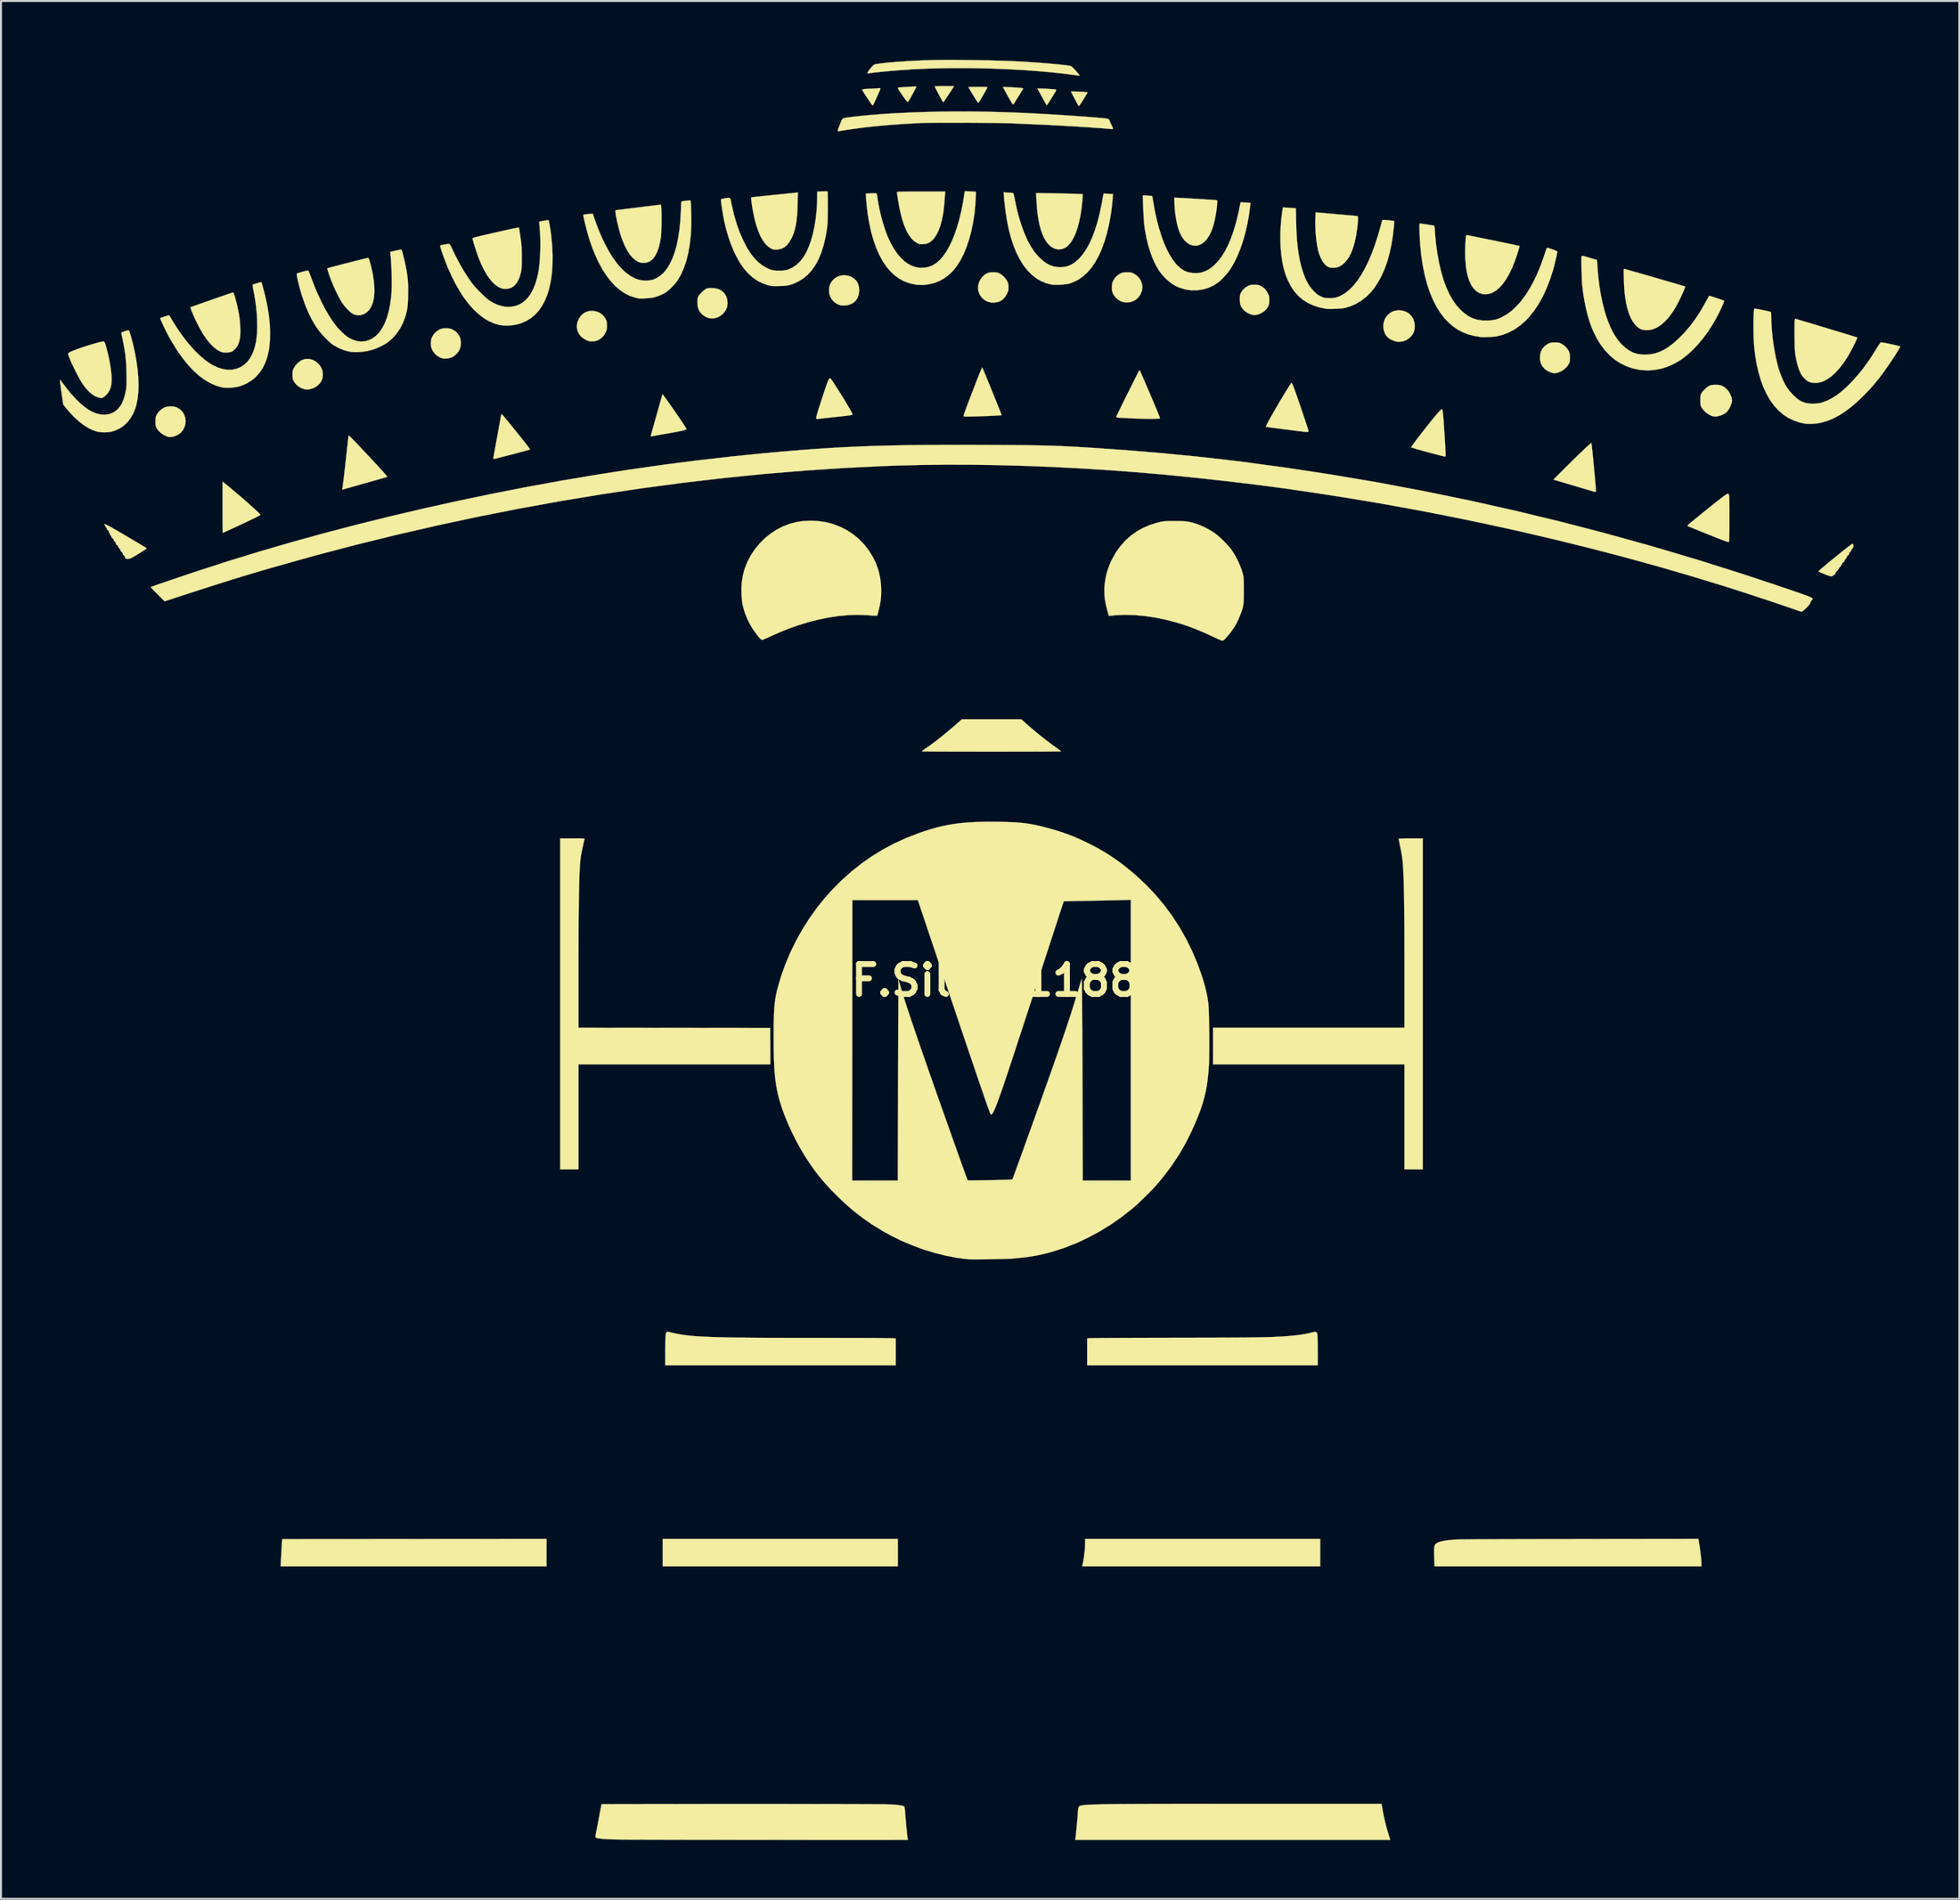
<source format=kicad_pcb>
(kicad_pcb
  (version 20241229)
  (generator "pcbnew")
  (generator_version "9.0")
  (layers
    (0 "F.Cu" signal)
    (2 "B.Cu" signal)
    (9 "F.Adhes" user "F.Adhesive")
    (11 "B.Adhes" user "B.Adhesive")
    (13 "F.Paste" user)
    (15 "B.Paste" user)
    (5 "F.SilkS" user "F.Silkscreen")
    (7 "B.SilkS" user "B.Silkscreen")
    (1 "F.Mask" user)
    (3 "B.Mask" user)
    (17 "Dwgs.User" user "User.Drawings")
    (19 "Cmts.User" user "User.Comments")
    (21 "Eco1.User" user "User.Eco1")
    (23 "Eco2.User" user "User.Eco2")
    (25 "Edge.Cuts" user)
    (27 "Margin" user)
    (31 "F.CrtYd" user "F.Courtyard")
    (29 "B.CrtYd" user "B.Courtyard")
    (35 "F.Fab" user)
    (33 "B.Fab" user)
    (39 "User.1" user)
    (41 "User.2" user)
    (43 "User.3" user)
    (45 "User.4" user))
  (footprint "F.Silk_g1188"
    (layer "F.Cu")
    (at 47.664 46.93)
    (property "Reference" "F.Silk_g1188" (at 0 0 0) (layer "F.SilkS") (effects (font (size 1.524 1.524) (thickness 0.3))))
    (attr through_hole)
    (fp_poly (pts (xy -4.953 29.866) (xy -16.933 29.866) (xy -16.933 28.469) (xy -4.953 28.469) (xy -4.953 29.866)) (stroke (width 0.01) (type solid)) (fill yes) (layer "F.SilkS"))
    (fp_poly (pts (xy 16.573 29.866) (xy 4.444 29.866) (xy 4.455 29.819) (xy 4.507 29.564) (xy 4.548 29.297) (xy 4.577 29.034) (xy 4.592 28.789) (xy 4.593 28.697) (xy 4.593 28.469) (xy 16.573 28.469) (xy 16.573 29.866)) (stroke (width 0.01) (type solid)) (fill yes) (layer "F.SilkS"))
    (fp_poly (pts (xy -22.86 29.866) (xy -36.407 29.866) (xy -36.405 29.776) (xy -36.403 29.732) (xy -36.399 29.652) (xy -36.394 29.542) (xy -36.386 29.409) (xy -36.378 29.26) (xy -36.369 29.1) (xy -36.368 29.083) (xy -36.333 28.48) (xy -29.596 28.474) (xy -22.86 28.469) (xy -22.86 29.866)) (stroke (width 0.01) (type solid)) (fill yes) (layer "F.SilkS"))
    (fp_poly (pts (xy 20.774 -34.145) (xy 20.945 -34.09) (xy 21.094 -33.999) (xy 21.223 -33.871) (xy 21.236 -33.854) (xy 21.32 -33.714) (xy 21.374 -33.553) (xy 21.397 -33.384) (xy 21.389 -33.216) (xy 21.348 -33.059) (xy 21.328 -33.012) (xy 21.234 -32.865) (xy 21.112 -32.743) (xy 20.969 -32.649) (xy 20.81 -32.587) (xy 20.643 -32.558) (xy 20.475 -32.565) (xy 20.362 -32.593) (xy 20.183 -32.668) (xy 20.04 -32.763) (xy 19.933 -32.877) (xy 19.892 -32.944) (xy 19.824 -33.118) (xy 19.793 -33.292) (xy 19.798 -33.462) (xy 19.835 -33.623) (xy 19.902 -33.772) (xy 19.996 -33.903) (xy 20.115 -34.012) (xy 20.256 -34.095) (xy 20.417 -34.147) (xy 20.582 -34.163) (xy 20.774 -34.145)) (stroke (width 0.01) (type solid)) (fill yes) (layer "F.SilkS"))
    (fp_poly (pts (xy -7.546 -35.937) (xy -7.372 -35.886) (xy -7.339 -35.872) (xy -7.188 -35.782) (xy -7.07 -35.667) (xy -6.987 -35.527) (xy -6.937 -35.361) (xy -6.921 -35.179) (xy -6.94 -34.989) (xy -6.993 -34.822) (xy -7.08 -34.679) (xy -7.196 -34.563) (xy -7.341 -34.477) (xy -7.512 -34.423) (xy -7.652 -34.405) (xy -7.753 -34.404) (xy -7.848 -34.413) (xy -7.897 -34.423) (xy -8.056 -34.489) (xy -8.198 -34.588) (xy -8.314 -34.715) (xy -8.399 -34.861) (xy -8.406 -34.88) (xy -8.444 -35.016) (xy -8.458 -35.167) (xy -8.449 -35.318) (xy -8.418 -35.454) (xy -8.399 -35.5) (xy -8.307 -35.652) (xy -8.188 -35.774) (xy -8.046 -35.866) (xy -7.889 -35.925) (xy -7.72 -35.949) (xy -7.546 -35.937)) (stroke (width 0.01) (type solid)) (fill yes) (layer "F.SilkS"))
    (fp_poly (pts (xy 4.028 -45.317) (xy 4.126 -45.314) (xy 4.236 -45.31) (xy 4.347 -45.305) (xy 4.453 -45.3) (xy 4.545 -45.294) (xy 4.616 -45.288) (xy 4.655 -45.283) (xy 4.721 -45.27) (xy 4.664 -45.172) (xy 4.614 -45.088) (xy 4.556 -44.993) (xy 4.494 -44.895) (xy 4.433 -44.799) (xy 4.377 -44.713) (xy 4.33 -44.643) (xy 4.296 -44.595) (xy 4.279 -44.577) (xy 4.279 -44.577) (xy 4.258 -44.593) (xy 4.234 -44.625) (xy 4.214 -44.66) (xy 4.18 -44.722) (xy 4.136 -44.804) (xy 4.086 -44.898) (xy 4.034 -44.997) (xy 3.983 -45.094) (xy 3.938 -45.182) (xy 3.903 -45.252) (xy 3.88 -45.299) (xy 3.873 -45.314) (xy 3.893 -45.317) (xy 3.947 -45.318) (xy 4.028 -45.317)) (stroke (width 0.01) (type solid)) (fill yes) (layer "F.SilkS"))
    (fp_poly (pts (xy 2.399 -45.465) (xy 2.498 -45.46) (xy 2.611 -45.454) (xy 2.729 -45.447) (xy 2.846 -45.439) (xy 2.95 -45.431) (xy 3.035 -45.423) (xy 3.091 -45.416) (xy 3.107 -45.412) (xy 3.116 -45.406) (xy 3.117 -45.391) (xy 3.108 -45.365) (xy 3.088 -45.324) (xy 3.053 -45.262) (xy 3.003 -45.177) (xy 2.934 -45.065) (xy 2.844 -44.921) (xy 2.838 -44.91) (xy 2.776 -44.812) (xy 2.721 -44.729) (xy 2.678 -44.665) (xy 2.65 -44.627) (xy 2.642 -44.619) (xy 2.625 -44.636) (xy 2.594 -44.682) (xy 2.557 -44.745) (xy 2.553 -44.752) (xy 2.516 -44.818) (xy 2.465 -44.912) (xy 2.405 -45.021) (xy 2.343 -45.135) (xy 2.321 -45.175) (xy 2.162 -45.466) (xy 2.324 -45.466) (xy 2.399 -45.465)) (stroke (width 0.01) (type solid)) (fill yes) (layer "F.SilkS"))
    (fp_poly (pts (xy -4.009 -45.566) (xy -4.015 -45.545) (xy -4.039 -45.494) (xy -4.076 -45.42) (xy -4.124 -45.33) (xy -4.177 -45.229) (xy -4.234 -45.126) (xy -4.289 -45.027) (xy -4.34 -44.938) (xy -4.383 -44.866) (xy -4.414 -44.818) (xy -4.422 -44.807) (xy -4.439 -44.789) (xy -4.456 -44.785) (xy -4.479 -44.802) (xy -4.515 -44.843) (xy -4.568 -44.912) (xy -4.627 -44.992) (xy -4.699 -45.093) (xy -4.773 -45.201) (xy -4.826 -45.278) (xy -4.887 -45.371) (xy -4.926 -45.435) (xy -4.945 -45.476) (xy -4.948 -45.499) (xy -4.937 -45.51) (xy -4.936 -45.511) (xy -4.903 -45.517) (xy -4.838 -45.524) (xy -4.747 -45.531) (xy -4.638 -45.539) (xy -4.519 -45.547) (xy -4.397 -45.554) (xy -4.28 -45.561) (xy -4.175 -45.565) (xy -4.09 -45.568) (xy -4.032 -45.568) (xy -4.009 -45.566)) (stroke (width 0.01) (type solid)) (fill yes) (layer "F.SilkS"))
    (fp_poly (pts (xy -2.444 -45.592) (xy -2.321 -45.591) (xy -2.219 -45.589) (xy -2.144 -45.586) (xy -2.102 -45.582) (xy -2.095 -45.58) (xy -2.107 -45.559) (xy -2.137 -45.509) (xy -2.183 -45.437) (xy -2.241 -45.348) (xy -2.306 -45.249) (xy -2.374 -45.145) (xy -2.442 -45.043) (xy -2.505 -44.949) (xy -2.56 -44.869) (xy -2.602 -44.808) (xy -2.627 -44.773) (xy -2.633 -44.767) (xy -2.649 -44.784) (xy -2.676 -44.824) (xy -2.684 -44.836) (xy -2.72 -44.899) (xy -2.767 -44.983) (xy -2.82 -45.081) (xy -2.876 -45.185) (xy -2.931 -45.29) (xy -2.981 -45.387) (xy -3.024 -45.47) (xy -3.054 -45.532) (xy -3.068 -45.566) (xy -3.069 -45.569) (xy -3.055 -45.577) (xy -3.011 -45.584) (xy -2.933 -45.588) (xy -2.821 -45.591) (xy -2.669 -45.593) (xy -2.582 -45.593) (xy -2.444 -45.592)) (stroke (width 0.01) (type solid)) (fill yes) (layer "F.SilkS"))
    (fp_poly (pts (xy -27.88 -33.241) (xy -27.805 -33.234) (xy -27.743 -33.22) (xy -27.681 -33.195) (xy -27.664 -33.187) (xy -27.507 -33.095) (xy -27.386 -32.979) (xy -27.297 -32.838) (xy -27.254 -32.723) (xy -27.223 -32.547) (xy -27.231 -32.366) (xy -27.267 -32.216) (xy -27.326 -32.094) (xy -27.414 -31.975) (xy -27.521 -31.87) (xy -27.637 -31.789) (xy -27.707 -31.756) (xy -27.875 -31.711) (xy -28.039 -31.698) (xy -28.132 -31.707) (xy -28.277 -31.753) (xy -28.416 -31.833) (xy -28.541 -31.941) (xy -28.643 -32.069) (xy -28.705 -32.189) (xy -28.744 -32.332) (xy -28.757 -32.487) (xy -28.743 -32.639) (xy -28.703 -32.773) (xy -28.695 -32.79) (xy -28.597 -32.951) (xy -28.473 -33.078) (xy -28.326 -33.173) (xy -28.254 -33.206) (xy -28.196 -33.227) (xy -28.135 -33.237) (xy -28.057 -33.242) (xy -27.983 -33.242) (xy -27.88 -33.241)) (stroke (width 0.01) (type solid)) (fill yes) (layer "F.SilkS"))
    (fp_poly (pts (xy -0.709 -45.55) (xy -0.591 -45.55) (xy -0.505 -45.548) (xy -0.446 -45.545) (xy -0.411 -45.54) (xy -0.393 -45.533) (xy -0.388 -45.523) (xy -0.39 -45.514) (xy -0.406 -45.482) (xy -0.438 -45.423) (xy -0.483 -45.343) (xy -0.538 -45.248) (xy -0.597 -45.145) (xy -0.658 -45.042) (xy -0.716 -44.943) (xy -0.767 -44.857) (xy -0.808 -44.79) (xy -0.835 -44.748) (xy -0.843 -44.738) (xy -0.86 -44.751) (xy -0.894 -44.792) (xy -0.94 -44.856) (xy -0.978 -44.912) (xy -1.029 -44.992) (xy -1.087 -45.085) (xy -1.149 -45.184) (xy -1.208 -45.283) (xy -1.263 -45.375) (xy -1.308 -45.453) (xy -1.34 -45.51) (xy -1.354 -45.539) (xy -1.355 -45.54) (xy -1.334 -45.543) (xy -1.278 -45.546) (xy -1.191 -45.548) (xy -1.079 -45.55) (xy -0.948 -45.551) (xy -0.866 -45.551) (xy -0.709 -45.55)) (stroke (width 0.01) (type solid)) (fill yes) (layer "F.SilkS"))
    (fp_poly (pts (xy -5.854 -45.481) (xy -5.842 -45.465) (xy -5.842 -45.459) (xy -5.85 -45.431) (xy -5.874 -45.372) (xy -5.909 -45.29) (xy -5.952 -45.19) (xy -6 -45.08) (xy -6.051 -44.968) (xy -6.1 -44.859) (xy -6.145 -44.763) (xy -6.182 -44.685) (xy -6.209 -44.632) (xy -6.221 -44.614) (xy -6.245 -44.614) (xy -6.27 -44.635) (xy -6.294 -44.667) (xy -6.335 -44.726) (xy -6.389 -44.805) (xy -6.451 -44.898) (xy -6.518 -44.998) (xy -6.585 -45.1) (xy -6.647 -45.196) (xy -6.701 -45.281) (xy -6.743 -45.348) (xy -6.768 -45.39) (xy -6.773 -45.402) (xy -6.765 -45.415) (xy -6.735 -45.426) (xy -6.68 -45.435) (xy -6.596 -45.443) (xy -6.477 -45.45) (xy -6.361 -45.455) (xy -6.242 -45.461) (xy -6.127 -45.467) (xy -6.03 -45.473) (xy -5.961 -45.479) (xy -5.953 -45.48) (xy -5.887 -45.485) (xy -5.854 -45.481)) (stroke (width 0.01) (type solid)) (fill yes) (layer "F.SilkS"))
    (fp_poly (pts (xy -41.878 -29.256) (xy -41.743 -29.226) (xy -41.696 -29.207) (xy -41.543 -29.115) (xy -41.423 -28.997) (xy -41.335 -28.857) (xy -41.275 -28.692) (xy -41.254 -28.523) (xy -41.267 -28.357) (xy -41.314 -28.198) (xy -41.392 -28.052) (xy -41.498 -27.926) (xy -41.629 -27.824) (xy -41.785 -27.754) (xy -41.793 -27.751) (xy -41.906 -27.719) (xy -41.992 -27.702) (xy -42.065 -27.7) (xy -42.136 -27.712) (xy -42.191 -27.727) (xy -42.367 -27.805) (xy -42.528 -27.919) (xy -42.616 -28.005) (xy -42.689 -28.091) (xy -42.738 -28.167) (xy -42.768 -28.245) (xy -42.783 -28.337) (xy -42.788 -28.455) (xy -42.788 -28.49) (xy -42.786 -28.596) (xy -42.781 -28.671) (xy -42.77 -28.73) (xy -42.751 -28.785) (xy -42.728 -28.833) (xy -42.65 -28.955) (xy -42.542 -29.069) (xy -42.417 -29.162) (xy -42.317 -29.212) (xy -42.18 -29.25) (xy -42.029 -29.265) (xy -41.878 -29.256)) (stroke (width 0.01) (type solid)) (fill yes) (layer "F.SilkS"))
    (fp_poly (pts (xy 0.489 -45.544) (xy 0.574 -45.541) (xy 0.68 -45.536) (xy 0.797 -45.531) (xy 0.921 -45.524) (xy 1.042 -45.517) (xy 1.155 -45.51) (xy 1.25 -45.503) (xy 1.322 -45.496) (xy 1.33 -45.496) (xy 1.397 -45.486) (xy 1.428 -45.472) (xy 1.431 -45.453) (xy 1.417 -45.427) (xy 1.384 -45.372) (xy 1.337 -45.294) (xy 1.279 -45.201) (xy 1.216 -45.099) (xy 1.151 -44.994) (xy 1.088 -44.894) (xy 1.031 -44.804) (xy 0.985 -44.733) (xy 0.954 -44.685) (xy 0.946 -44.675) (xy 0.929 -44.656) (xy 0.913 -44.657) (xy 0.889 -44.683) (xy 0.854 -44.739) (xy 0.842 -44.759) (xy 0.79 -44.846) (xy 0.731 -44.947) (xy 0.669 -45.057) (xy 0.607 -45.168) (xy 0.547 -45.276) (xy 0.495 -45.373) (xy 0.452 -45.454) (xy 0.422 -45.512) (xy 0.409 -45.541) (xy 0.409 -45.544) (xy 0.432 -45.545) (xy 0.489 -45.544)) (stroke (width 0.01) (type solid)) (fill yes) (layer "F.SilkS"))
    (fp_poly (pts (xy -34.888 -31.668) (xy -34.735 -31.615) (xy -34.592 -31.53) (xy -34.466 -31.414) (xy -34.397 -31.324) (xy -34.325 -31.2) (xy -34.282 -31.084) (xy -34.263 -30.956) (xy -34.26 -30.882) (xy -34.276 -30.717) (xy -34.325 -30.573) (xy -34.412 -30.44) (xy -34.443 -30.404) (xy -34.584 -30.281) (xy -34.748 -30.192) (xy -34.914 -30.143) (xy -34.994 -30.129) (xy -35.052 -30.124) (xy -35.106 -30.127) (xy -35.175 -30.139) (xy -35.199 -30.143) (xy -35.354 -30.194) (xy -35.499 -30.279) (xy -35.627 -30.391) (xy -35.726 -30.523) (xy -35.757 -30.581) (xy -35.781 -30.642) (xy -35.795 -30.707) (xy -35.802 -30.79) (xy -35.803 -30.882) (xy -35.802 -30.982) (xy -35.796 -31.055) (xy -35.782 -31.114) (xy -35.758 -31.174) (xy -35.741 -31.21) (xy -35.658 -31.342) (xy -35.545 -31.467) (xy -35.416 -31.571) (xy -35.35 -31.611) (xy -35.201 -31.667) (xy -35.045 -31.686) (xy -34.888 -31.668)) (stroke (width 0.01) (type solid)) (fill yes) (layer "F.SilkS"))
    (fp_poly (pts (xy -20.48 -34.133) (xy -20.302 -34.098) (xy -20.141 -34.027) (xy -20.002 -33.926) (xy -19.891 -33.797) (xy -19.837 -33.7) (xy -19.809 -33.635) (xy -19.792 -33.574) (xy -19.783 -33.504) (xy -19.781 -33.409) (xy -19.78 -33.38) (xy -19.782 -33.28) (xy -19.788 -33.207) (xy -19.802 -33.147) (xy -19.826 -33.084) (xy -19.847 -33.039) (xy -19.932 -32.89) (xy -20.034 -32.773) (xy -20.16 -32.681) (xy -20.198 -32.659) (xy -20.278 -32.62) (xy -20.348 -32.598) (xy -20.427 -32.586) (xy -20.5 -32.581) (xy -20.597 -32.58) (xy -20.671 -32.586) (xy -20.738 -32.605) (xy -20.791 -32.625) (xy -20.962 -32.716) (xy -21.101 -32.83) (xy -21.206 -32.964) (xy -21.277 -33.112) (xy -21.311 -33.273) (xy -21.306 -33.441) (xy -21.274 -33.576) (xy -21.197 -33.75) (xy -21.094 -33.895) (xy -20.967 -34.008) (xy -20.82 -34.087) (xy -20.657 -34.13) (xy -20.481 -34.133) (xy -20.48 -34.133)) (stroke (width 0.01) (type solid)) (fill yes) (layer "F.SilkS"))
    (fp_poly (pts (xy -14.248 -35.281) (xy -14.079 -35.235) (xy -13.936 -35.159) (xy -13.817 -35.05) (xy -13.782 -35.006) (xy -13.699 -34.87) (xy -13.651 -34.728) (xy -13.634 -34.57) (xy -13.636 -34.502) (xy -13.643 -34.403) (xy -13.656 -34.329) (xy -13.679 -34.262) (xy -13.715 -34.188) (xy -13.816 -34.04) (xy -13.941 -33.919) (xy -14.085 -33.828) (xy -14.242 -33.77) (xy -14.405 -33.747) (xy -14.57 -33.764) (xy -14.604 -33.772) (xy -14.773 -33.84) (xy -14.916 -33.939) (xy -15.032 -34.067) (xy -15.115 -34.22) (xy -15.116 -34.223) (xy -15.143 -34.319) (xy -15.161 -34.434) (xy -15.168 -34.558) (xy -15.165 -34.677) (xy -15.152 -34.781) (xy -15.128 -34.857) (xy -15.126 -34.861) (xy -15.076 -34.934) (xy -15.002 -35.02) (xy -14.917 -35.107) (xy -14.83 -35.184) (xy -14.755 -35.239) (xy -14.753 -35.239) (xy -14.705 -35.266) (xy -14.659 -35.282) (xy -14.603 -35.291) (xy -14.527 -35.295) (xy -14.446 -35.295) (xy -14.248 -35.281)) (stroke (width 0.01) (type solid)) (fill yes) (layer "F.SilkS"))
    (fp_poly (pts (xy 0.015 -36.098) (xy 0.086 -36.092) (xy 0.141 -36.08) (xy 0.196 -36.057) (xy 0.231 -36.039) (xy 0.351 -35.961) (xy 0.466 -35.856) (xy 0.564 -35.74) (xy 0.631 -35.629) (xy 0.662 -35.553) (xy 0.68 -35.482) (xy 0.687 -35.398) (xy 0.688 -35.338) (xy 0.686 -35.247) (xy 0.677 -35.177) (xy 0.657 -35.111) (xy 0.621 -35.03) (xy 0.61 -35.005) (xy 0.516 -34.844) (xy 0.405 -34.721) (xy 0.273 -34.633) (xy 0.118 -34.579) (xy -0.011 -34.559) (xy -0.1 -34.556) (xy -0.191 -34.559) (xy -0.236 -34.565) (xy -0.402 -34.615) (xy -0.551 -34.699) (xy -0.676 -34.813) (xy -0.773 -34.951) (xy -0.838 -35.109) (xy -0.862 -35.242) (xy -0.858 -35.416) (xy -0.815 -35.584) (xy -0.739 -35.741) (xy -0.633 -35.878) (xy -0.502 -35.989) (xy -0.406 -36.043) (xy -0.341 -36.071) (xy -0.281 -36.088) (xy -0.212 -36.097) (xy -0.119 -36.1) (xy -0.085 -36.1) (xy 0.015 -36.098)) (stroke (width 0.01) (type solid)) (fill yes) (layer "F.SilkS"))
    (fp_poly (pts (xy 2.926 -40.125) (xy 3.127 -40.121) (xy 3.331 -40.117) (xy 3.529 -40.113) (xy 3.714 -40.108) (xy 3.879 -40.104) (xy 4.016 -40.1) (xy 4.112 -40.097) (xy 4.466 -40.083) (xy 4.466 -39.975) (xy 4.463 -39.887) (xy 4.453 -39.766) (xy 4.439 -39.624) (xy 4.422 -39.469) (xy 4.402 -39.313) (xy 4.381 -39.165) (xy 4.36 -39.035) (xy 4.359 -39.031) (xy 4.291 -38.693) (xy 4.213 -38.393) (xy 4.125 -38.129) (xy 4.025 -37.898) (xy 3.913 -37.698) (xy 3.846 -37.6) (xy 3.72 -37.457) (xy 3.581 -37.353) (xy 3.432 -37.289) (xy 3.274 -37.266) (xy 3.152 -37.275) (xy 2.998 -37.322) (xy 2.852 -37.409) (xy 2.717 -37.534) (xy 2.593 -37.695) (xy 2.482 -37.891) (xy 2.406 -38.068) (xy 2.331 -38.287) (xy 2.268 -38.525) (xy 2.215 -38.788) (xy 2.172 -39.078) (xy 2.139 -39.401) (xy 2.113 -39.76) (xy 2.107 -39.887) (xy 2.095 -40.139) (xy 2.926 -40.125)) (stroke (width 0.01) (type solid)) (fill yes) (layer "F.SilkS"))
    (fp_poly (pts (xy 6.83 -36.098) (xy 6.902 -36.093) (xy 6.96 -36.079) (xy 7.021 -36.056) (xy 7.074 -36.03) (xy 7.221 -35.937) (xy 7.34 -35.816) (xy 7.431 -35.674) (xy 7.488 -35.519) (xy 7.51 -35.355) (xy 7.494 -35.188) (xy 7.483 -35.146) (xy 7.413 -34.972) (xy 7.312 -34.825) (xy 7.185 -34.708) (xy 7.035 -34.624) (xy 6.867 -34.574) (xy 6.684 -34.562) (xy 6.621 -34.567) (xy 6.457 -34.606) (xy 6.304 -34.682) (xy 6.17 -34.79) (xy 6.062 -34.926) (xy 6.02 -35) (xy 5.99 -35.066) (xy 5.972 -35.123) (xy 5.962 -35.186) (xy 5.959 -35.269) (xy 5.959 -35.327) (xy 5.961 -35.43) (xy 5.968 -35.505) (xy 5.982 -35.568) (xy 6.008 -35.633) (xy 6.019 -35.658) (xy 6.107 -35.802) (xy 6.228 -35.928) (xy 6.372 -36.025) (xy 6.403 -36.04) (xy 6.47 -36.069) (xy 6.531 -36.087) (xy 6.598 -36.096) (xy 6.688 -36.1) (xy 6.731 -36.1) (xy 6.83 -36.098)) (stroke (width 0.01) (type solid)) (fill yes) (layer "F.SilkS"))
    (fp_poly (pts (xy -21.356 -7.239) (xy -21.215 -7.238) (xy -21.107 -7.237) (xy -21.029 -7.235) (xy -20.975 -7.231) (xy -20.942 -7.226) (xy -20.925 -7.219) (xy -20.92 -7.211) (xy -20.921 -7.202) (xy -20.942 -7.123) (xy -20.969 -7.012) (xy -20.998 -6.881) (xy -21.029 -6.74) (xy -21.058 -6.599) (xy -21.084 -6.469) (xy -21.104 -6.361) (xy -21.114 -6.297) (xy -21.128 -6.184) (xy -21.141 -6.053) (xy -21.153 -5.903) (xy -21.164 -5.733) (xy -21.174 -5.54) (xy -21.183 -5.324) (xy -21.191 -5.083) (xy -21.198 -4.815) (xy -21.205 -4.52) (xy -21.21 -4.195) (xy -21.215 -3.839) (xy -21.219 -3.451) (xy -21.223 -3.029) (xy -21.225 -2.571) (xy -21.227 -2.077) (xy -21.229 -1.545) (xy -21.23 -0.973) (xy -21.23 -0.492) (xy -21.23 2.413) (xy -11.462 2.424) (xy -11.456 3.35) (xy -11.451 4.276) (xy -21.23 4.276) (xy -21.23 9.631) (xy -22.162 9.631) (xy -22.162 -7.239) (xy -21.536 -7.239) (xy -21.356 -7.239)) (stroke (width 0.01) (type solid)) (fill yes) (layer "F.SilkS"))
    (fp_poly (pts (xy 21.802 9.631) (xy 20.87 9.631) (xy 20.87 4.276) (xy 11.113 4.276) (xy 11.113 2.413) (xy 20.87 2.413) (xy 20.87 -0.577) (xy 20.87 -1.156) (xy 20.869 -1.695) (xy 20.868 -2.195) (xy 20.866 -2.658) (xy 20.863 -3.085) (xy 20.86 -3.479) (xy 20.856 -3.841) (xy 20.852 -4.173) (xy 20.846 -4.477) (xy 20.84 -4.754) (xy 20.834 -5.006) (xy 20.826 -5.235) (xy 20.817 -5.442) (xy 20.808 -5.63) (xy 20.798 -5.8) (xy 20.786 -5.954) (xy 20.774 -6.093) (xy 20.763 -6.202) (xy 20.751 -6.29) (xy 20.732 -6.407) (xy 20.708 -6.544) (xy 20.68 -6.688) (xy 20.657 -6.803) (xy 20.631 -6.928) (xy 20.609 -7.039) (xy 20.591 -7.129) (xy 20.579 -7.192) (xy 20.574 -7.22) (xy 20.574 -7.221) (xy 20.594 -7.225) (xy 20.652 -7.23) (xy 20.741 -7.233) (xy 20.857 -7.236) (xy 20.994 -7.238) (xy 21.147 -7.239) (xy 21.188 -7.239) (xy 21.802 -7.239) (xy 21.802 9.631)) (stroke (width 0.01) (type solid)) (fill yes) (layer "F.SilkS"))
    (fp_poly (pts (xy 28.635 -32.521) (xy 28.71 -32.514) (xy 28.771 -32.5) (xy 28.834 -32.476) (xy 28.855 -32.466) (xy 28.983 -32.387) (xy 29.103 -32.279) (xy 29.202 -32.154) (xy 29.248 -32.072) (xy 29.276 -32.007) (xy 29.293 -31.947) (xy 29.302 -31.878) (xy 29.305 -31.785) (xy 29.305 -31.75) (xy 29.303 -31.645) (xy 29.296 -31.569) (xy 29.282 -31.51) (xy 29.258 -31.453) (xy 29.258 -31.452) (xy 29.16 -31.301) (xy 29.031 -31.17) (xy 28.878 -31.065) (xy 28.708 -30.991) (xy 28.559 -30.956) (xy 28.473 -30.959) (xy 28.357 -30.987) (xy 28.329 -30.996) (xy 28.154 -31.073) (xy 28.01 -31.178) (xy 27.899 -31.309) (xy 27.822 -31.463) (xy 27.78 -31.64) (xy 27.775 -31.689) (xy 27.781 -31.878) (xy 27.823 -32.051) (xy 27.901 -32.204) (xy 28.012 -32.334) (xy 28.156 -32.437) (xy 28.213 -32.467) (xy 28.277 -32.494) (xy 28.338 -32.511) (xy 28.407 -32.52) (xy 28.501 -32.522) (xy 28.533 -32.523) (xy 28.635 -32.521)) (stroke (width 0.01) (type solid)) (fill yes) (layer "F.SilkS"))
    (fp_poly (pts (xy -39.28 -25.354) (xy -39.149 -25.25) (xy -39.005 -25.132) (xy -38.852 -25.005) (xy -38.692 -24.871) (xy -38.529 -24.732) (xy -38.366 -24.592) (xy -38.207 -24.453) (xy -38.054 -24.318) (xy -37.912 -24.191) (xy -37.782 -24.074) (xy -37.669 -23.969) (xy -37.575 -23.88) (xy -37.504 -23.81) (xy -37.459 -23.761) (xy -37.444 -23.736) (xy -37.462 -23.721) (xy -37.513 -23.69) (xy -37.591 -23.647) (xy -37.69 -23.596) (xy -37.805 -23.539) (xy -37.841 -23.522) (xy -37.947 -23.47) (xy -38.074 -23.411) (xy -38.214 -23.344) (xy -38.365 -23.274) (xy -38.52 -23.201) (xy -38.675 -23.129) (xy -38.826 -23.059) (xy -38.967 -22.994) (xy -39.094 -22.936) (xy -39.201 -22.887) (xy -39.285 -22.849) (xy -39.339 -22.826) (xy -39.36 -22.818) (xy -39.362 -22.838) (xy -39.363 -22.898) (xy -39.365 -22.992) (xy -39.366 -23.118) (xy -39.368 -23.272) (xy -39.369 -23.45) (xy -39.369 -23.648) (xy -39.37 -23.864) (xy -39.37 -24.093) (xy -39.37 -24.121) (xy -39.37 -25.425) (xy -39.28 -25.354)) (stroke (width 0.01) (type solid)) (fill yes) (layer "F.SilkS"))
    (fp_poly (pts (xy 9.446 -39.891) (xy 9.57 -39.885) (xy 9.717 -39.877) (xy 9.883 -39.867) (xy 10.06 -39.857) (xy 10.243 -39.846) (xy 10.426 -39.835) (xy 10.604 -39.824) (xy 10.77 -39.813) (xy 10.919 -39.803) (xy 11.044 -39.795) (xy 11.141 -39.788) (xy 11.203 -39.783) (xy 11.213 -39.781) (xy 11.324 -39.769) (xy 11.324 -39.681) (xy 11.318 -39.54) (xy 11.301 -39.369) (xy 11.275 -39.179) (xy 11.242 -38.981) (xy 11.203 -38.784) (xy 11.16 -38.6) (xy 11.115 -38.439) (xy 11.109 -38.42) (xy 11.02 -38.178) (xy 10.916 -37.968) (xy 10.799 -37.792) (xy 10.67 -37.651) (xy 10.532 -37.547) (xy 10.385 -37.481) (xy 10.232 -37.454) (xy 10.083 -37.466) (xy 9.927 -37.518) (xy 9.782 -37.61) (xy 9.649 -37.739) (xy 9.53 -37.904) (xy 9.427 -38.101) (xy 9.341 -38.33) (xy 9.324 -38.386) (xy 9.277 -38.575) (xy 9.234 -38.795) (xy 9.198 -39.033) (xy 9.17 -39.277) (xy 9.151 -39.516) (xy 9.144 -39.737) (xy 9.144 -39.758) (xy 9.144 -39.905) (xy 9.446 -39.891)) (stroke (width 0.01) (type solid)) (fill yes) (layer "F.SilkS"))
    (fp_poly (pts (xy 35.906 28.812) (xy 35.936 29.014) (xy 35.962 29.215) (xy 35.983 29.404) (xy 35.997 29.575) (xy 36.004 29.716) (xy 36.004 29.755) (xy 36.005 29.866) (xy 22.401 29.866) (xy 22.387 29.378) (xy 22.383 29.205) (xy 22.382 29.07) (xy 22.384 28.965) (xy 22.39 28.886) (xy 22.401 28.828) (xy 22.417 28.784) (xy 22.44 28.75) (xy 22.47 28.72) (xy 22.472 28.719) (xy 22.539 28.672) (xy 22.631 28.632) (xy 22.751 28.597) (xy 22.903 28.567) (xy 23.089 28.54) (xy 23.313 28.517) (xy 23.41 28.509) (xy 23.457 28.506) (xy 23.528 28.503) (xy 23.625 28.501) (xy 23.748 28.498) (xy 23.899 28.496) (xy 24.078 28.494) (xy 24.287 28.492) (xy 24.526 28.49) (xy 24.797 28.489) (xy 25.1 28.487) (xy 25.436 28.485) (xy 25.807 28.484) (xy 26.212 28.483) (xy 26.654 28.481) (xy 27.133 28.48) (xy 27.65 28.479) (xy 28.206 28.478) (xy 28.802 28.477) (xy 29.438 28.476) (xy 29.784 28.475) (xy 35.85 28.467) (xy 35.906 28.812)) (stroke (width 0.01) (type solid)) (fill yes) (layer "F.SilkS"))
    (fp_poly (pts (xy 13.316 -35.463) (xy 13.387 -35.456) (xy 13.447 -35.441) (xy 13.513 -35.414) (xy 13.552 -35.395) (xy 13.681 -35.316) (xy 13.786 -35.215) (xy 13.876 -35.084) (xy 13.914 -35.01) (xy 13.947 -34.936) (xy 13.967 -34.875) (xy 13.977 -34.809) (xy 13.98 -34.722) (xy 13.981 -34.682) (xy 13.979 -34.58) (xy 13.971 -34.505) (xy 13.954 -34.442) (xy 13.926 -34.375) (xy 13.925 -34.372) (xy 13.834 -34.226) (xy 13.709 -34.105) (xy 13.549 -34.008) (xy 13.539 -34.003) (xy 13.396 -33.946) (xy 13.269 -33.921) (xy 13.149 -33.926) (xy 13.056 -33.949) (xy 12.884 -34.021) (xy 12.742 -34.116) (xy 12.661 -34.194) (xy 12.583 -34.287) (xy 12.53 -34.378) (xy 12.498 -34.477) (xy 12.482 -34.596) (xy 12.478 -34.713) (xy 12.479 -34.818) (xy 12.484 -34.892) (xy 12.494 -34.95) (xy 12.512 -35.003) (xy 12.536 -35.055) (xy 12.624 -35.189) (xy 12.744 -35.306) (xy 12.888 -35.399) (xy 12.908 -35.408) (xy 12.976 -35.437) (xy 13.039 -35.454) (xy 13.112 -35.462) (xy 13.211 -35.465) (xy 13.219 -35.465) (xy 13.316 -35.463)) (stroke (width 0.01) (type solid)) (fill yes) (layer "F.SilkS"))
    (fp_poly (pts (xy -2.55 -40.063) (xy -2.566 -39.849) (xy -2.58 -39.671) (xy -2.593 -39.522) (xy -2.605 -39.396) (xy -2.618 -39.285) (xy -2.631 -39.184) (xy -2.646 -39.086) (xy -2.657 -39.02) (xy -2.717 -38.724) (xy -2.792 -38.455) (xy -2.882 -38.217) (xy -2.985 -38.011) (xy -3.1 -37.839) (xy -3.226 -37.704) (xy -3.362 -37.607) (xy -3.405 -37.586) (xy -3.512 -37.553) (xy -3.648 -37.535) (xy -3.672 -37.534) (xy -3.762 -37.531) (xy -3.826 -37.535) (xy -3.881 -37.549) (xy -3.944 -37.577) (xy -3.972 -37.591) (xy -4.125 -37.691) (xy -4.267 -37.833) (xy -4.399 -38.014) (xy -4.52 -38.237) (xy -4.631 -38.5) (xy -4.731 -38.803) (xy -4.783 -38.996) (xy -4.824 -39.168) (xy -4.865 -39.366) (xy -4.905 -39.577) (xy -4.941 -39.785) (xy -4.97 -39.976) (xy -4.984 -40.082) (xy -4.996 -40.19) (xy -4.916 -40.203) (xy -4.88 -40.206) (xy -4.806 -40.208) (xy -4.698 -40.21) (xy -4.561 -40.212) (xy -4.397 -40.214) (xy -4.213 -40.215) (xy -4.011 -40.216) (xy -3.797 -40.216) (xy -3.687 -40.216) (xy -2.538 -40.217) (xy -2.55 -40.063)) (stroke (width 0.01) (type solid)) (fill yes) (layer "F.SilkS"))
    (fp_poly (pts (xy 36.831 -30.361) (xy 36.905 -30.356) (xy 36.963 -30.346) (xy 37.018 -30.327) (xy 37.082 -30.297) (xy 37.091 -30.293) (xy 37.236 -30.199) (xy 37.36 -30.071) (xy 37.461 -29.915) (xy 37.532 -29.738) (xy 37.552 -29.663) (xy 37.564 -29.598) (xy 37.564 -29.542) (xy 37.552 -29.478) (xy 37.532 -29.408) (xy 37.475 -29.256) (xy 37.405 -29.121) (xy 37.327 -29.01) (xy 37.257 -28.942) (xy 37.195 -28.902) (xy 37.109 -28.857) (xy 37.017 -28.816) (xy 37.001 -28.81) (xy 36.852 -28.763) (xy 36.722 -28.746) (xy 36.599 -28.759) (xy 36.488 -28.795) (xy 36.343 -28.872) (xy 36.206 -28.977) (xy 36.088 -29.1) (xy 36.001 -29.231) (xy 36.001 -29.231) (xy 35.979 -29.277) (xy 35.965 -29.323) (xy 35.957 -29.38) (xy 35.953 -29.457) (xy 35.952 -29.565) (xy 35.952 -29.58) (xy 35.954 -29.713) (xy 35.964 -29.814) (xy 35.987 -29.896) (xy 36.027 -29.969) (xy 36.089 -30.044) (xy 36.176 -30.133) (xy 36.177 -30.134) (xy 36.278 -30.227) (xy 36.364 -30.291) (xy 36.448 -30.332) (xy 36.542 -30.354) (xy 36.657 -30.362) (xy 36.727 -30.363) (xy 36.831 -30.361)) (stroke (width 0.01) (type solid)) (fill yes) (layer "F.SilkS"))
    (fp_poly (pts (xy -10.061 -39.595) (xy -10.072 -39.268) (xy -10.091 -38.978) (xy -10.118 -38.72) (xy -10.156 -38.489) (xy -10.204 -38.281) (xy -10.263 -38.09) (xy -10.334 -37.913) (xy -10.373 -37.831) (xy -10.482 -37.641) (xy -10.602 -37.49) (xy -10.734 -37.378) (xy -10.881 -37.303) (xy -11.044 -37.264) (xy -11.123 -37.257) (xy -11.216 -37.256) (xy -11.282 -37.261) (xy -11.338 -37.277) (xy -11.4 -37.305) (xy -11.556 -37.407) (xy -11.701 -37.548) (xy -11.835 -37.728) (xy -11.958 -37.949) (xy -12.069 -38.209) (xy -12.17 -38.51) (xy -12.26 -38.851) (xy -12.339 -39.233) (xy -12.36 -39.349) (xy -12.378 -39.467) (xy -12.396 -39.588) (xy -12.41 -39.697) (xy -12.416 -39.754) (xy -12.43 -39.916) (xy -12.348 -39.929) (xy -12.311 -39.933) (xy -12.237 -39.941) (xy -12.129 -39.953) (xy -11.992 -39.967) (xy -11.83 -39.984) (xy -11.649 -40.003) (xy -11.451 -40.023) (xy -11.243 -40.044) (xy -11.208 -40.047) (xy -10.999 -40.068) (xy -10.802 -40.088) (xy -10.621 -40.107) (xy -10.46 -40.123) (xy -10.323 -40.137) (xy -10.215 -40.148) (xy -10.14 -40.157) (xy -10.102 -40.161) (xy -10.099 -40.161) (xy -10.048 -40.17) (xy -10.061 -39.595)) (stroke (width 0.01) (type solid)) (fill yes) (layer "F.SilkS"))
    (fp_poly (pts (xy 1.548 -13.123) (xy 1.801 -12.902) (xy 2.071 -12.675) (xy 2.35 -12.448) (xy 2.628 -12.229) (xy 2.896 -12.028) (xy 3.106 -11.877) (xy 3.196 -11.812) (xy 3.273 -11.755) (xy 3.33 -11.711) (xy 3.361 -11.684) (xy 3.365 -11.679) (xy 3.344 -11.677) (xy 3.283 -11.675) (xy 3.184 -11.674) (xy 3.05 -11.672) (xy 2.882 -11.671) (xy 2.682 -11.669) (xy 2.453 -11.668) (xy 2.198 -11.667) (xy 1.917 -11.666) (xy 1.614 -11.665) (xy 1.29 -11.664) (xy 0.948 -11.664) (xy 0.59 -11.663) (xy 0.218 -11.663) (xy -0.165 -11.663) (xy -0.18 -11.663) (xy -0.564 -11.663) (xy -0.936 -11.663) (xy -1.295 -11.664) (xy -1.637 -11.664) (xy -1.962 -11.665) (xy -2.266 -11.666) (xy -2.547 -11.667) (xy -2.804 -11.668) (xy -3.034 -11.669) (xy -3.235 -11.671) (xy -3.404 -11.672) (xy -3.54 -11.674) (xy -3.64 -11.675) (xy -3.702 -11.677) (xy -3.725 -11.679) (xy -3.725 -11.679) (xy -3.708 -11.698) (xy -3.666 -11.732) (xy -3.614 -11.769) (xy -3.314 -11.98) (xy -2.992 -12.221) (xy -2.653 -12.489) (xy -2.302 -12.78) (xy -2.065 -12.983) (xy -1.686 -13.314) (xy 1.336 -13.314) (xy 1.548 -13.123)) (stroke (width 0.01) (type solid)) (fill yes) (layer "F.SilkS"))
    (fp_poly (pts (xy 16.454 -39.145) (xy 16.498 -39.141) (xy 16.579 -39.134) (xy 16.692 -39.124) (xy 16.833 -39.111) (xy 16.996 -39.097) (xy 17.177 -39.081) (xy 17.371 -39.064) (xy 17.504 -39.052) (xy 17.7 -39.034) (xy 17.883 -39.018) (xy 18.049 -39.004) (xy 18.194 -38.991) (xy 18.313 -38.981) (xy 18.402 -38.973) (xy 18.457 -38.969) (xy 18.472 -38.968) (xy 18.489 -38.948) (xy 18.498 -38.889) (xy 18.499 -38.795) (xy 18.493 -38.67) (xy 18.48 -38.516) (xy 18.459 -38.337) (xy 18.457 -38.323) (xy 18.401 -37.955) (xy 18.33 -37.625) (xy 18.246 -37.334) (xy 18.146 -37.081) (xy 18.033 -36.864) (xy 17.904 -36.683) (xy 17.833 -36.606) (xy 17.707 -36.49) (xy 17.587 -36.41) (xy 17.466 -36.359) (xy 17.333 -36.333) (xy 17.275 -36.329) (xy 17.137 -36.332) (xy 17.031 -36.353) (xy 17.021 -36.357) (xy 16.906 -36.42) (xy 16.796 -36.524) (xy 16.694 -36.663) (xy 16.602 -36.836) (xy 16.521 -37.039) (xy 16.503 -37.095) (xy 16.458 -37.266) (xy 16.419 -37.47) (xy 16.385 -37.7) (xy 16.358 -37.945) (xy 16.338 -38.199) (xy 16.327 -38.451) (xy 16.325 -38.694) (xy 16.331 -38.866) (xy 16.345 -39.155) (xy 16.454 -39.145)) (stroke (width 0.01) (type solid)) (fill yes) (layer "F.SilkS"))
    (fp_poly (pts (xy 19.717 42.063) (xy 19.78 42.427) (xy 19.85 42.764) (xy 19.929 43.088) (xy 20.021 43.414) (xy 20.052 43.516) (xy 20.145 43.815) (xy 4.094 43.815) (xy 4.141 43.376) (xy 4.157 43.212) (xy 4.174 43.033) (xy 4.19 42.853) (xy 4.204 42.688) (xy 4.212 42.577) (xy 4.222 42.426) (xy 4.232 42.312) (xy 4.242 42.229) (xy 4.253 42.171) (xy 4.268 42.132) (xy 4.286 42.107) (xy 4.309 42.091) (xy 4.319 42.086) (xy 4.341 42.076) (xy 4.368 42.067) (xy 4.402 42.059) (xy 4.442 42.051) (xy 4.491 42.044) (xy 4.549 42.037) (xy 4.619 42.03) (xy 4.701 42.024) (xy 4.796 42.019) (xy 4.907 42.014) (xy 5.033 42.009) (xy 5.176 42.005) (xy 5.339 42.001) (xy 5.52 41.997) (xy 5.723 41.994) (xy 5.948 41.991) (xy 6.197 41.988) (xy 6.471 41.986) (xy 6.77 41.984) (xy 7.097 41.982) (xy 7.453 41.98) (xy 7.838 41.979) (xy 8.254 41.978) (xy 8.703 41.977) (xy 9.185 41.976) (xy 9.702 41.975) (xy 10.256 41.975) (xy 10.846 41.975) (xy 11.475 41.974) (xy 12.144 41.974) (xy 12.841 41.974) (xy 19.702 41.974) (xy 19.717 42.063)) (stroke (width 0.01) (type solid)) (fill yes) (layer "F.SilkS"))
    (fp_poly (pts (xy -16.932 -29.867) (xy -16.897 -29.822) (xy -16.843 -29.75) (xy -16.774 -29.655) (xy -16.693 -29.541) (xy -16.601 -29.411) (xy -16.502 -29.271) (xy -16.399 -29.123) (xy -16.295 -28.971) (xy -16.191 -28.821) (xy -16.091 -28.675) (xy -15.998 -28.538) (xy -15.914 -28.413) (xy -15.843 -28.305) (xy -15.786 -28.218) (xy -15.747 -28.156) (xy -15.728 -28.122) (xy -15.727 -28.117) (xy -15.734 -28.101) (xy -15.757 -28.084) (xy -15.799 -28.066) (xy -15.863 -28.046) (xy -15.952 -28.024) (xy -16.068 -27.998) (xy -16.215 -27.969) (xy -16.395 -27.936) (xy -16.612 -27.897) (xy -16.856 -27.854) (xy -17.014 -27.827) (xy -17.16 -27.801) (xy -17.288 -27.778) (xy -17.392 -27.759) (xy -17.468 -27.745) (xy -17.509 -27.737) (xy -17.513 -27.735) (xy -17.541 -27.733) (xy -17.544 -27.758) (xy -17.54 -27.774) (xy -17.529 -27.817) (xy -17.508 -27.894) (xy -17.479 -28) (xy -17.443 -28.129) (xy -17.401 -28.278) (xy -17.355 -28.441) (xy -17.307 -28.615) (xy -17.256 -28.794) (xy -17.206 -28.973) (xy -17.156 -29.149) (xy -17.109 -29.316) (xy -17.065 -29.471) (xy -17.026 -29.607) (xy -16.994 -29.721) (xy -16.969 -29.807) (xy -16.953 -29.862) (xy -16.947 -29.881) (xy -16.932 -29.867)) (stroke (width 0.01) (type solid)) (fill yes) (layer "F.SilkS"))
    (fp_poly (pts (xy -25.149 -28.866) (xy -25.124 -28.846) (xy -25.084 -28.805) (xy -25.027 -28.742) (xy -24.952 -28.653) (xy -24.855 -28.536) (xy -24.734 -28.388) (xy -24.727 -28.379) (xy -24.512 -28.113) (xy -24.323 -27.879) (xy -24.16 -27.676) (xy -24.023 -27.503) (xy -23.911 -27.36) (xy -23.823 -27.247) (xy -23.76 -27.161) (xy -23.72 -27.104) (xy -23.703 -27.073) (xy -23.702 -27.068) (xy -23.726 -27.059) (xy -23.786 -27.041) (xy -23.877 -27.015) (xy -23.994 -26.982) (xy -24.131 -26.945) (xy -24.284 -26.904) (xy -24.448 -26.861) (xy -24.617 -26.817) (xy -24.786 -26.773) (xy -24.95 -26.73) (xy -25.105 -26.691) (xy -25.244 -26.656) (xy -25.364 -26.626) (xy -25.458 -26.604) (xy -25.522 -26.59) (xy -25.55 -26.585) (xy -25.566 -26.604) (xy -25.564 -26.659) (xy -25.563 -26.665) (xy -25.557 -26.701) (xy -25.544 -26.774) (xy -25.525 -26.881) (xy -25.5 -27.016) (xy -25.471 -27.175) (xy -25.439 -27.354) (xy -25.403 -27.549) (xy -25.365 -27.755) (xy -25.359 -27.79) (xy -25.321 -27.995) (xy -25.286 -28.187) (xy -25.254 -28.363) (xy -25.226 -28.518) (xy -25.203 -28.648) (xy -25.185 -28.75) (xy -25.173 -28.819) (xy -25.167 -28.852) (xy -25.167 -28.853) (xy -25.163 -28.867) (xy -25.149 -28.866)) (stroke (width 0.01) (type solid)) (fill yes) (layer "F.SilkS"))
    (fp_poly (pts (xy 22.788 -29.118) (xy 22.799 -29.094) (xy 22.81 -29.05) (xy 22.82 -28.984) (xy 22.832 -28.893) (xy 22.843 -28.774) (xy 22.856 -28.624) (xy 22.869 -28.441) (xy 22.884 -28.222) (xy 22.901 -27.963) (xy 22.903 -27.929) (xy 22.92 -27.664) (xy 22.934 -27.438) (xy 22.945 -27.248) (xy 22.953 -27.093) (xy 22.959 -26.968) (xy 22.962 -26.871) (xy 22.963 -26.799) (xy 22.962 -26.75) (xy 22.959 -26.721) (xy 22.954 -26.708) (xy 22.953 -26.708) (xy 22.928 -26.709) (xy 22.868 -26.721) (xy 22.781 -26.74) (xy 22.673 -26.767) (xy 22.55 -26.798) (xy 22.543 -26.8) (xy 22.289 -26.867) (xy 22.056 -26.93) (xy 21.845 -26.988) (xy 21.66 -27.04) (xy 21.503 -27.084) (xy 21.377 -27.122) (xy 21.284 -27.151) (xy 21.227 -27.171) (xy 21.209 -27.181) (xy 21.222 -27.205) (xy 21.258 -27.257) (xy 21.314 -27.336) (xy 21.388 -27.436) (xy 21.476 -27.553) (xy 21.576 -27.685) (xy 21.684 -27.826) (xy 21.798 -27.973) (xy 21.915 -28.123) (xy 22.032 -28.271) (xy 22.145 -28.414) (xy 22.16 -28.433) (xy 22.315 -28.624) (xy 22.449 -28.785) (xy 22.561 -28.917) (xy 22.652 -29.017) (xy 22.719 -29.085) (xy 22.762 -29.12) (xy 22.776 -29.125) (xy 22.788 -29.118)) (stroke (width 0.01) (type solid)) (fill yes) (layer "F.SilkS"))
    (fp_poly (pts (xy 30.4 -27.374) (xy 30.408 -27.312) (xy 30.42 -27.215) (xy 30.434 -27.089) (xy 30.45 -26.937) (xy 30.468 -26.762) (xy 30.487 -26.57) (xy 30.506 -26.365) (xy 30.511 -26.31) (xy 30.537 -26.034) (xy 30.559 -25.797) (xy 30.577 -25.596) (xy 30.592 -25.428) (xy 30.604 -25.29) (xy 30.613 -25.18) (xy 30.62 -25.093) (xy 30.624 -25.028) (xy 30.626 -24.98) (xy 30.626 -24.948) (xy 30.624 -24.927) (xy 30.621 -24.916) (xy 30.617 -24.91) (xy 30.615 -24.909) (xy 30.584 -24.908) (xy 30.532 -24.917) (xy 30.522 -24.92) (xy 30.486 -24.93) (xy 30.414 -24.951) (xy 30.311 -24.982) (xy 30.182 -25.02) (xy 30.031 -25.065) (xy 29.864 -25.115) (xy 29.684 -25.168) (xy 29.612 -25.19) (xy 29.425 -25.245) (xy 29.244 -25.299) (xy 29.076 -25.349) (xy 28.925 -25.394) (xy 28.798 -25.432) (xy 28.698 -25.461) (xy 28.632 -25.481) (xy 28.619 -25.484) (xy 28.463 -25.531) (xy 28.873 -25.943) (xy 29.071 -26.14) (xy 29.263 -26.331) (xy 29.447 -26.513) (xy 29.621 -26.684) (xy 29.784 -26.841) (xy 29.932 -26.984) (xy 30.064 -27.109) (xy 30.177 -27.215) (xy 30.268 -27.298) (xy 30.337 -27.358) (xy 30.38 -27.392) (xy 30.394 -27.398) (xy 30.4 -27.374)) (stroke (width 0.01) (type solid)) (fill yes) (layer "F.SilkS"))
    (fp_poly (pts (xy -31.941 -36.824) (xy -31.92 -36.801) (xy -31.899 -36.751) (xy -31.879 -36.687) (xy -31.79 -36.359) (xy -31.72 -36.034) (xy -31.67 -35.72) (xy -31.639 -35.422) (xy -31.63 -35.149) (xy -31.634 -35.02) (xy -31.663 -34.759) (xy -31.717 -34.532) (xy -31.796 -34.338) (xy -31.901 -34.178) (xy -32.031 -34.052) (xy -32.158 -33.973) (xy -32.309 -33.92) (xy -32.464 -33.907) (xy -32.617 -33.934) (xy -32.703 -33.968) (xy -32.802 -34.03) (xy -32.913 -34.122) (xy -33.029 -34.237) (xy -33.143 -34.367) (xy -33.247 -34.504) (xy -33.274 -34.544) (xy -33.379 -34.717) (xy -33.489 -34.922) (xy -33.602 -35.151) (xy -33.711 -35.394) (xy -33.815 -35.642) (xy -33.907 -35.887) (xy -33.97 -36.074) (xy -33.998 -36.16) (xy -34.019 -36.231) (xy -34.033 -36.277) (xy -34.036 -36.289) (xy -34.018 -36.3) (xy -33.975 -36.318) (xy -33.967 -36.32) (xy -33.92 -36.334) (xy -33.839 -36.356) (xy -33.729 -36.386) (xy -33.596 -36.421) (xy -33.445 -36.46) (xy -33.28 -36.503) (xy -33.106 -36.548) (xy -32.929 -36.593) (xy -32.753 -36.638) (xy -32.583 -36.681) (xy -32.424 -36.721) (xy -32.281 -36.757) (xy -32.159 -36.787) (xy -32.063 -36.81) (xy -31.998 -36.824) (xy -31.969 -36.83) (xy -31.968 -36.83) (xy -31.941 -36.824)) (stroke (width 0.01) (type solid)) (fill yes) (layer "F.SilkS"))
    (fp_poly (pts (xy 7.389 -31.078) (xy 7.399 -31.058) (xy 7.537 -30.741) (xy 7.667 -30.438) (xy 7.791 -30.152) (xy 7.905 -29.884) (xy 8.011 -29.637) (xy 8.105 -29.413) (xy 8.189 -29.213) (xy 8.261 -29.041) (xy 8.319 -28.898) (xy 8.364 -28.786) (xy 8.394 -28.708) (xy 8.408 -28.665) (xy 8.409 -28.657) (xy 8.38 -28.648) (xy 8.315 -28.641) (xy 8.22 -28.635) (xy 8.103 -28.631) (xy 7.97 -28.628) (xy 7.827 -28.628) (xy 7.681 -28.63) (xy 7.641 -28.631) (xy 7.505 -28.635) (xy 7.352 -28.64) (xy 7.189 -28.646) (xy 7.022 -28.653) (xy 6.857 -28.66) (xy 6.699 -28.668) (xy 6.556 -28.675) (xy 6.433 -28.682) (xy 6.336 -28.688) (xy 6.271 -28.693) (xy 6.249 -28.695) (xy 6.203 -28.71) (xy 6.181 -28.731) (xy 6.181 -28.733) (xy 6.19 -28.755) (xy 6.216 -28.812) (xy 6.257 -28.899) (xy 6.312 -29.011) (xy 6.377 -29.145) (xy 6.452 -29.298) (xy 6.533 -29.464) (xy 6.62 -29.64) (xy 6.71 -29.822) (xy 6.801 -30.005) (xy 6.892 -30.187) (xy 6.98 -30.363) (xy 7.063 -30.529) (xy 7.139 -30.681) (xy 7.207 -30.814) (xy 7.264 -30.926) (xy 7.308 -31.012) (xy 7.338 -31.068) (xy 7.35 -31.09) (xy 7.37 -31.101) (xy 7.389 -31.078)) (stroke (width 0.01) (type solid)) (fill yes) (layer "F.SilkS"))
    (fp_poly (pts (xy -38.814 -35.053) (xy -38.788 -34.993) (xy -38.756 -34.897) (xy -38.728 -34.803) (xy -38.632 -34.436) (xy -38.559 -34.095) (xy -38.507 -33.772) (xy -38.476 -33.457) (xy -38.466 -33.263) (xy -38.463 -33.062) (xy -38.469 -32.892) (xy -38.485 -32.745) (xy -38.512 -32.612) (xy -38.551 -32.483) (xy -38.565 -32.444) (xy -38.621 -32.334) (xy -38.701 -32.225) (xy -38.794 -32.131) (xy -38.889 -32.064) (xy -38.891 -32.063) (xy -38.977 -32.033) (xy -39.087 -32.014) (xy -39.208 -32.007) (xy -39.325 -32.013) (xy -39.421 -32.031) (xy -39.444 -32.039) (xy -39.632 -32.139) (xy -39.818 -32.282) (xy -40.003 -32.465) (xy -40.186 -32.69) (xy -40.366 -32.956) (xy -40.544 -33.262) (xy -40.682 -33.531) (xy -40.749 -33.671) (xy -40.813 -33.811) (xy -40.871 -33.943) (xy -40.921 -34.064) (xy -40.962 -34.166) (xy -40.99 -34.246) (xy -41.004 -34.297) (xy -41.003 -34.314) (xy -40.981 -34.324) (xy -40.923 -34.346) (xy -40.833 -34.378) (xy -40.718 -34.42) (xy -40.58 -34.469) (xy -40.424 -34.524) (xy -40.256 -34.584) (xy -40.079 -34.646) (xy -39.898 -34.709) (xy -39.718 -34.772) (xy -39.543 -34.833) (xy -39.377 -34.891) (xy -39.225 -34.943) (xy -39.091 -34.989) (xy -38.981 -35.026) (xy -38.898 -35.053) (xy -38.847 -35.07) (xy -38.833 -35.073) (xy -38.814 -35.053)) (stroke (width 0.01) (type solid)) (fill yes) (layer "F.SilkS"))
    (fp_poly (pts (xy 15.122 -30.453) (xy 15.14 -30.429) (xy 15.163 -30.382) (xy 15.194 -30.308) (xy 15.235 -30.202) (xy 15.287 -30.062) (xy 15.304 -30.014) (xy 15.348 -29.892) (xy 15.399 -29.749) (xy 15.455 -29.589) (xy 15.514 -29.416) (xy 15.576 -29.235) (xy 15.639 -29.051) (xy 15.7 -28.868) (xy 15.76 -28.691) (xy 15.815 -28.524) (xy 15.865 -28.372) (xy 15.908 -28.24) (xy 15.942 -28.132) (xy 15.967 -28.052) (xy 15.979 -28.006) (xy 15.981 -27.997) (xy 15.966 -27.975) (xy 15.919 -27.965) (xy 15.837 -27.965) (xy 15.718 -27.975) (xy 15.706 -27.976) (xy 15.649 -27.983) (xy 15.556 -27.994) (xy 15.435 -28.01) (xy 15.29 -28.028) (xy 15.128 -28.048) (xy 14.956 -28.07) (xy 14.78 -28.092) (xy 14.606 -28.115) (xy 14.441 -28.136) (xy 14.29 -28.155) (xy 14.161 -28.172) (xy 14.058 -28.186) (xy 13.99 -28.195) (xy 13.976 -28.197) (xy 13.803 -28.221) (xy 13.834 -28.298) (xy 13.866 -28.364) (xy 13.916 -28.462) (xy 13.984 -28.587) (xy 14.066 -28.734) (xy 14.158 -28.898) (xy 14.26 -29.074) (xy 14.367 -29.259) (xy 14.477 -29.447) (xy 14.588 -29.633) (xy 14.696 -29.813) (xy 14.799 -29.983) (xy 14.895 -30.137) (xy 14.979 -30.271) (xy 15.05 -30.381) (xy 15.096 -30.448) (xy 15.108 -30.458) (xy 15.122 -30.453)) (stroke (width 0.01) (type solid)) (fill yes) (layer "F.SilkS"))
    (fp_poly (pts (xy -32.929 -27.777) (xy -32.887 -27.737) (xy -32.821 -27.672) (xy -32.734 -27.583) (xy -32.627 -27.473) (xy -32.503 -27.343) (xy -32.364 -27.197) (xy -32.213 -27.037) (xy -32.052 -26.866) (xy -31.944 -26.75) (xy -31.742 -26.534) (xy -31.569 -26.347) (xy -31.421 -26.187) (xy -31.298 -26.052) (xy -31.198 -25.941) (xy -31.119 -25.852) (xy -31.059 -25.783) (xy -31.018 -25.732) (xy -30.993 -25.697) (xy -30.983 -25.677) (xy -30.985 -25.67) (xy -31.012 -25.661) (xy -31.075 -25.642) (xy -31.171 -25.614) (xy -31.297 -25.578) (xy -31.447 -25.535) (xy -31.619 -25.486) (xy -31.808 -25.432) (xy -32.011 -25.374) (xy -32.11 -25.347) (xy -32.318 -25.288) (xy -32.514 -25.233) (xy -32.695 -25.181) (xy -32.856 -25.136) (xy -32.995 -25.097) (xy -33.105 -25.065) (xy -33.185 -25.042) (xy -33.23 -25.03) (xy -33.238 -25.027) (xy -33.264 -25.026) (xy -33.267 -25.052) (xy -33.264 -25.065) (xy -33.256 -25.111) (xy -33.244 -25.196) (xy -33.228 -25.318) (xy -33.208 -25.473) (xy -33.186 -25.658) (xy -33.161 -25.871) (xy -33.134 -26.109) (xy -33.105 -26.369) (xy -33.074 -26.648) (xy -33.052 -26.85) (xy -33.031 -27.042) (xy -33.011 -27.222) (xy -32.993 -27.385) (xy -32.977 -27.526) (xy -32.963 -27.641) (xy -32.953 -27.726) (xy -32.947 -27.776) (xy -32.945 -27.787) (xy -32.929 -27.777)) (stroke (width 0.01) (type solid)) (fill yes) (layer "F.SilkS"))
    (fp_poly (pts (xy -16.651 17.915) (xy -16.587 17.928) (xy -16.493 17.95) (xy -16.473 17.955) (xy -16.36 17.982) (xy -16.244 18.007) (xy -16.125 18.031) (xy -15.999 18.053) (xy -15.865 18.073) (xy -15.723 18.091) (xy -15.57 18.108) (xy -15.404 18.124) (xy -15.223 18.138) (xy -15.027 18.151) (xy -14.814 18.162) (xy -14.581 18.172) (xy -14.327 18.182) (xy -14.051 18.19) (xy -13.75 18.197) (xy -13.424 18.203) (xy -13.069 18.208) (xy -12.686 18.212) (xy -12.272 18.216) (xy -11.825 18.219) (xy -11.344 18.221) (xy -10.827 18.222) (xy -10.272 18.224) (xy -9.678 18.224) (xy -9.153 18.224) (xy -8.762 18.224) (xy -8.381 18.225) (xy -8.01 18.225) (xy -7.654 18.226) (xy -7.313 18.226) (xy -6.991 18.227) (xy -6.69 18.228) (xy -6.412 18.229) (xy -6.159 18.23) (xy -5.935 18.231) (xy -5.74 18.233) (xy -5.579 18.234) (xy -5.453 18.235) (xy -5.364 18.237) (xy -5.316 18.238) (xy -5.059 18.252) (xy -5.059 19.622) (xy -16.806 19.622) (xy -16.806 18.875) (xy -16.805 18.655) (xy -16.804 18.473) (xy -16.801 18.326) (xy -16.797 18.209) (xy -16.79 18.118) (xy -16.782 18.05) (xy -16.771 18) (xy -16.757 17.964) (xy -16.741 17.939) (xy -16.734 17.932) (xy -16.716 17.918) (xy -16.691 17.912) (xy -16.651 17.915)) (stroke (width 0.01) (type solid)) (fill yes) (layer "F.SilkS"))
    (fp_poly (pts (xy -0.64 -31.223) (xy -0.615 -31.165) (xy -0.576 -31.076) (xy -0.528 -30.96) (xy -0.471 -30.822) (xy -0.406 -30.666) (xy -0.336 -30.495) (xy -0.262 -30.314) (xy -0.186 -30.127) (xy -0.109 -29.938) (xy -0.033 -29.751) (xy 0.04 -29.57) (xy 0.108 -29.399) (xy 0.171 -29.243) (xy 0.225 -29.104) (xy 0.271 -28.989) (xy 0.305 -28.9) (xy 0.326 -28.841) (xy 0.334 -28.817) (xy 0.333 -28.817) (xy 0.31 -28.812) (xy 0.249 -28.807) (xy 0.157 -28.801) (xy 0.039 -28.794) (xy -0.1 -28.787) (xy -0.254 -28.779) (xy -0.418 -28.772) (xy -0.586 -28.766) (xy -0.753 -28.759) (xy -0.913 -28.754) (xy -1.031 -28.751) (xy -1.201 -28.747) (xy -1.333 -28.745) (xy -1.432 -28.744) (xy -1.502 -28.746) (xy -1.55 -28.749) (xy -1.579 -28.755) (xy -1.594 -28.763) (xy -1.599 -28.77) (xy -1.599 -28.784) (xy -1.594 -28.81) (xy -1.582 -28.852) (xy -1.563 -28.911) (xy -1.536 -28.989) (xy -1.5 -29.09) (xy -1.454 -29.214) (xy -1.397 -29.366) (xy -1.329 -29.546) (xy -1.248 -29.757) (xy -1.154 -30.002) (xy -1.046 -30.282) (xy -0.972 -30.474) (xy -0.905 -30.645) (xy -0.843 -30.803) (xy -0.786 -30.943) (xy -0.737 -31.062) (xy -0.698 -31.154) (xy -0.67 -31.217) (xy -0.655 -31.245) (xy -0.653 -31.246) (xy -0.64 -31.223)) (stroke (width 0.01) (type solid)) (fill yes) (layer "F.SilkS"))
    (fp_poly (pts (xy 24.074 -37.99) (xy 24.137 -37.978) (xy 24.233 -37.959) (xy 24.357 -37.935) (xy 24.506 -37.905) (xy 24.673 -37.871) (xy 24.856 -37.834) (xy 25.05 -37.794) (xy 25.25 -37.753) (xy 25.452 -37.712) (xy 25.651 -37.67) (xy 25.844 -37.63) (xy 26.026 -37.593) (xy 26.192 -37.558) (xy 26.338 -37.527) (xy 26.46 -37.501) (xy 26.521 -37.488) (xy 26.607 -37.469) (xy 26.677 -37.454) (xy 26.72 -37.445) (xy 26.729 -37.444) (xy 26.732 -37.427) (xy 26.722 -37.377) (xy 26.699 -37.291) (xy 26.662 -37.169) (xy 26.611 -37.008) (xy 26.603 -36.983) (xy 26.474 -36.615) (xy 26.336 -36.282) (xy 26.19 -35.985) (xy 26.037 -35.723) (xy 25.876 -35.5) (xy 25.71 -35.315) (xy 25.538 -35.17) (xy 25.361 -35.065) (xy 25.289 -35.035) (xy 25.146 -34.996) (xy 24.999 -34.98) (xy 24.865 -34.987) (xy 24.851 -34.99) (xy 24.683 -35.045) (xy 24.533 -35.137) (xy 24.399 -35.268) (xy 24.282 -35.435) (xy 24.184 -35.637) (xy 24.103 -35.875) (xy 24.04 -36.147) (xy 23.996 -36.453) (xy 23.971 -36.791) (xy 23.964 -37.161) (xy 23.968 -37.338) (xy 23.974 -37.525) (xy 23.98 -37.674) (xy 23.987 -37.788) (xy 23.995 -37.873) (xy 24.004 -37.932) (xy 24.015 -37.969) (xy 24.029 -37.988) (xy 24.046 -37.994) (xy 24.048 -37.994) (xy 24.074 -37.99)) (stroke (width 0.01) (type solid)) (fill yes) (layer "F.SilkS"))
    (fp_poly (pts (xy 32.08 -36.273) (xy 32.499 -36.153) (xy 32.879 -36.044) (xy 33.222 -35.945) (xy 33.529 -35.856) (xy 33.804 -35.777) (xy 34.047 -35.707) (xy 34.26 -35.645) (xy 34.445 -35.592) (xy 34.605 -35.545) (xy 34.74 -35.505) (xy 34.854 -35.472) (xy 34.946 -35.444) (xy 35.02 -35.421) (xy 35.078 -35.403) (xy 35.12 -35.389) (xy 35.15 -35.378) (xy 35.168 -35.371) (xy 35.177 -35.366) (xy 35.179 -35.364) (xy 35.17 -35.333) (xy 35.147 -35.271) (xy 35.111 -35.185) (xy 35.067 -35.081) (xy 35.016 -34.967) (xy 34.963 -34.85) (xy 34.909 -34.737) (xy 34.872 -34.66) (xy 34.702 -34.34) (xy 34.524 -34.055) (xy 34.339 -33.807) (xy 34.148 -33.596) (xy 33.953 -33.425) (xy 33.754 -33.293) (xy 33.551 -33.203) (xy 33.471 -33.179) (xy 33.319 -33.153) (xy 33.162 -33.15) (xy 33.015 -33.17) (xy 32.935 -33.193) (xy 32.818 -33.257) (xy 32.7 -33.354) (xy 32.587 -33.48) (xy 32.484 -33.627) (xy 32.423 -33.74) (xy 32.327 -33.959) (xy 32.247 -34.197) (xy 32.181 -34.457) (xy 32.13 -34.744) (xy 32.091 -35.06) (xy 32.065 -35.41) (xy 32.053 -35.748) (xy 32.049 -35.912) (xy 32.046 -36.039) (xy 32.045 -36.132) (xy 32.046 -36.198) (xy 32.049 -36.241) (xy 32.055 -36.264) (xy 32.063 -36.274) (xy 32.074 -36.275) (xy 32.08 -36.273)) (stroke (width 0.01) (type solid)) (fill yes) (layer "F.SilkS"))
    (fp_poly (pts (xy 41.222 -33.602) (xy 41.329 -33.57) (xy 41.472 -33.528) (xy 41.643 -33.476) (xy 41.837 -33.418) (xy 42.049 -33.354) (xy 42.272 -33.287) (xy 42.502 -33.217) (xy 42.731 -33.147) (xy 42.806 -33.125) (xy 43.944 -32.779) (xy 43.932 -32.725) (xy 43.915 -32.677) (xy 43.88 -32.599) (xy 43.833 -32.498) (xy 43.775 -32.381) (xy 43.71 -32.255) (xy 43.643 -32.126) (xy 43.576 -32.002) (xy 43.513 -31.89) (xy 43.458 -31.796) (xy 43.443 -31.771) (xy 43.245 -31.475) (xy 43.044 -31.214) (xy 42.842 -30.99) (xy 42.638 -30.804) (xy 42.435 -30.657) (xy 42.234 -30.55) (xy 42.064 -30.49) (xy 41.92 -30.466) (xy 41.768 -30.461) (xy 41.622 -30.475) (xy 41.508 -30.506) (xy 41.406 -30.561) (xy 41.299 -30.646) (xy 41.197 -30.752) (xy 41.109 -30.869) (xy 41.069 -30.936) (xy 40.986 -31.121) (xy 40.912 -31.344) (xy 40.849 -31.599) (xy 40.816 -31.765) (xy 40.801 -31.853) (xy 40.789 -31.932) (xy 40.78 -32.009) (xy 40.772 -32.091) (xy 40.766 -32.182) (xy 40.762 -32.29) (xy 40.758 -32.42) (xy 40.756 -32.579) (xy 40.753 -32.773) (xy 40.752 -32.819) (xy 40.751 -32.996) (xy 40.75 -33.163) (xy 40.751 -33.314) (xy 40.752 -33.444) (xy 40.754 -33.547) (xy 40.758 -33.617) (xy 40.761 -33.646) (xy 40.778 -33.733) (xy 41.222 -33.602)) (stroke (width 0.01) (type solid)) (fill yes) (layer "F.SilkS"))
    (fp_poly (pts (xy -17.011 -39.399) (xy -17.004 -39.295) (xy -16.999 -39.16) (xy -16.997 -39) (xy -16.996 -38.824) (xy -16.997 -38.641) (xy -17 -38.459) (xy -17.005 -38.286) (xy -17.011 -38.131) (xy -17.019 -38.001) (xy -17.028 -37.905) (xy -17.028 -37.903) (xy -17.077 -37.614) (xy -17.141 -37.358) (xy -17.221 -37.136) (xy -17.315 -36.95) (xy -17.423 -36.8) (xy -17.545 -36.688) (xy -17.625 -36.64) (xy -17.757 -36.595) (xy -17.905 -36.579) (xy -18.054 -36.592) (xy -18.167 -36.626) (xy -18.323 -36.714) (xy -18.473 -36.843) (xy -18.616 -37.013) (xy -18.751 -37.221) (xy -18.878 -37.468) (xy -18.996 -37.753) (xy -19.005 -37.777) (xy -19.049 -37.905) (xy -19.094 -38.048) (xy -19.138 -38.203) (xy -19.181 -38.364) (xy -19.222 -38.526) (xy -19.259 -38.684) (xy -19.291 -38.833) (xy -19.317 -38.968) (xy -19.336 -39.084) (xy -19.347 -39.175) (xy -19.349 -39.236) (xy -19.34 -39.263) (xy -19.337 -39.264) (xy -19.314 -39.267) (xy -19.254 -39.274) (xy -19.16 -39.286) (xy -19.036 -39.301) (xy -18.887 -39.319) (xy -18.716 -39.34) (xy -18.528 -39.364) (xy -18.327 -39.389) (xy -18.315 -39.39) (xy -18.108 -39.416) (xy -17.909 -39.441) (xy -17.723 -39.464) (xy -17.555 -39.484) (xy -17.41 -39.502) (xy -17.294 -39.516) (xy -17.209 -39.526) (xy -17.164 -39.53) (xy -17.025 -39.545) (xy -17.011 -39.399)) (stroke (width 0.01) (type solid)) (fill yes) (layer "F.SilkS"))
    (fp_poly (pts (xy -8.393 -30.692) (xy -8.392 -30.691) (xy -8.363 -30.658) (xy -8.316 -30.594) (xy -8.253 -30.503) (xy -8.178 -30.39) (xy -8.093 -30.259) (xy -8 -30.114) (xy -7.903 -29.96) (xy -7.804 -29.801) (xy -7.706 -29.641) (xy -7.611 -29.484) (xy -7.522 -29.336) (xy -7.441 -29.2) (xy -7.373 -29.08) (xy -7.318 -28.982) (xy -7.28 -28.908) (xy -7.262 -28.865) (xy -7.26 -28.858) (xy -7.268 -28.846) (xy -7.292 -28.835) (xy -7.336 -28.823) (xy -7.404 -28.81) (xy -7.499 -28.796) (xy -7.623 -28.78) (xy -7.781 -28.762) (xy -7.976 -28.741) (xy -8.139 -28.724) (xy -8.304 -28.706) (xy -8.464 -28.689) (xy -8.611 -28.673) (xy -8.738 -28.659) (xy -8.838 -28.647) (xy -8.903 -28.639) (xy -8.907 -28.638) (xy -8.988 -28.627) (xy -9.037 -28.621) (xy -9.064 -28.62) (xy -9.079 -28.623) (xy -9.092 -28.632) (xy -9.1 -28.637) (xy -9.108 -28.647) (xy -9.112 -28.665) (xy -9.11 -28.695) (xy -9.101 -28.74) (xy -9.086 -28.804) (xy -9.062 -28.889) (xy -9.03 -28.998) (xy -8.987 -29.136) (xy -8.934 -29.305) (xy -8.869 -29.508) (xy -8.808 -29.697) (xy -8.73 -29.935) (xy -8.664 -30.135) (xy -8.607 -30.3) (xy -8.56 -30.433) (xy -8.519 -30.535) (xy -8.485 -30.61) (xy -8.457 -30.661) (xy -8.433 -30.69) (xy -8.412 -30.699) (xy -8.393 -30.692)) (stroke (width 0.01) (type solid)) (fill yes) (layer "F.SilkS"))
    (fp_poly (pts (xy -45.416 -32.567) (xy -45.39 -32.539) (xy -45.364 -32.487) (xy -45.335 -32.405) (xy -45.301 -32.288) (xy -45.285 -32.231) (xy -45.213 -31.945) (xy -45.15 -31.657) (xy -45.098 -31.375) (xy -45.059 -31.111) (xy -45.034 -30.872) (xy -45.029 -30.787) (xy -45.026 -30.556) (xy -45.044 -30.357) (xy -45.086 -30.186) (xy -45.152 -30.037) (xy -45.244 -29.906) (xy -45.366 -29.787) (xy -45.413 -29.749) (xy -45.479 -29.707) (xy -45.543 -29.689) (xy -45.617 -29.694) (xy -45.714 -29.723) (xy -45.727 -29.727) (xy -45.817 -29.764) (xy -45.908 -29.807) (xy -45.969 -29.842) (xy -46.084 -29.93) (xy -46.209 -30.047) (xy -46.333 -30.185) (xy -46.449 -30.333) (xy -46.5 -30.407) (xy -46.572 -30.522) (xy -46.652 -30.659) (xy -46.737 -30.814) (xy -46.824 -30.98) (xy -46.91 -31.151) (xy -46.992 -31.32) (xy -47.068 -31.482) (xy -47.133 -31.63) (xy -47.185 -31.758) (xy -47.221 -31.861) (xy -47.236 -31.917) (xy -47.241 -31.948) (xy -47.236 -31.972) (xy -47.214 -31.994) (xy -47.168 -32.02) (xy -47.092 -32.057) (xy -47.072 -32.066) (xy -46.978 -32.106) (xy -46.858 -32.153) (xy -46.715 -32.205) (xy -46.557 -32.26) (xy -46.39 -32.315) (xy -46.219 -32.37) (xy -46.05 -32.422) (xy -45.89 -32.469) (xy -45.745 -32.51) (xy -45.619 -32.542) (xy -45.52 -32.565) (xy -45.454 -32.575) (xy -45.443 -32.575) (xy -45.416 -32.567)) (stroke (width 0.01) (type solid)) (fill yes) (layer "F.SilkS"))
    (fp_poly (pts (xy 16.352 17.918) (xy 16.395 17.946) (xy 16.422 18.001) (xy 16.424 18.008) (xy 16.43 18.051) (xy 16.435 18.133) (xy 16.44 18.25) (xy 16.443 18.399) (xy 16.445 18.576) (xy 16.446 18.778) (xy 16.446 18.854) (xy 16.447 19.622) (xy 4.699 19.622) (xy 4.699 18.249) (xy 4.874 18.237) (xy 4.912 18.236) (xy 4.991 18.234) (xy 5.107 18.233) (xy 5.26 18.231) (xy 5.447 18.23) (xy 5.665 18.229) (xy 5.913 18.227) (xy 6.189 18.226) (xy 6.49 18.224) (xy 6.814 18.223) (xy 7.16 18.222) (xy 7.524 18.221) (xy 7.906 18.219) (xy 8.302 18.218) (xy 8.712 18.217) (xy 9.132 18.216) (xy 9.292 18.216) (xy 9.823 18.215) (xy 10.313 18.214) (xy 10.765 18.213) (xy 11.181 18.212) (xy 11.562 18.21) (xy 11.912 18.209) (xy 12.231 18.207) (xy 12.523 18.205) (xy 12.788 18.203) (xy 13.03 18.2) (xy 13.25 18.198) (xy 13.45 18.195) (xy 13.632 18.191) (xy 13.798 18.188) (xy 13.951 18.183) (xy 14.092 18.179) (xy 14.223 18.174) (xy 14.347 18.168) (xy 14.466 18.162) (xy 14.581 18.156) (xy 14.694 18.149) (xy 14.808 18.141) (xy 14.827 18.139) (xy 15.152 18.112) (xy 15.454 18.078) (xy 15.73 18.037) (xy 15.975 17.99) (xy 16.182 17.939) (xy 16.19 17.937) (xy 16.286 17.916) (xy 16.352 17.918)) (stroke (width 0.01) (type solid)) (fill yes) (layer "F.SilkS"))
    (fp_poly (pts (xy -24.218 -38.086) (xy -24.189 -37.898) (xy -24.167 -37.743) (xy -24.15 -37.61) (xy -24.138 -37.492) (xy -24.129 -37.378) (xy -24.124 -37.259) (xy -24.121 -37.126) (xy -24.12 -36.969) (xy -24.12 -36.851) (xy -24.12 -36.676) (xy -24.122 -36.535) (xy -24.124 -36.424) (xy -24.129 -36.334) (xy -24.135 -36.259) (xy -24.145 -36.192) (xy -24.157 -36.126) (xy -24.166 -36.081) (xy -24.228 -35.862) (xy -24.309 -35.673) (xy -24.409 -35.517) (xy -24.524 -35.397) (xy -24.646 -35.318) (xy -24.785 -35.271) (xy -24.939 -35.253) (xy -25.089 -35.265) (xy -25.118 -35.272) (xy -25.279 -35.333) (xy -25.439 -35.436) (xy -25.597 -35.579) (xy -25.752 -35.76) (xy -25.903 -35.979) (xy -26.049 -36.234) (xy -26.19 -36.525) (xy -26.31 -36.811) (xy -26.348 -36.913) (xy -26.39 -37.034) (xy -26.435 -37.165) (xy -26.48 -37.302) (xy -26.522 -37.436) (xy -26.56 -37.56) (xy -26.592 -37.668) (xy -26.615 -37.753) (xy -26.626 -37.808) (xy -26.628 -37.821) (xy -26.622 -37.834) (xy -26.6 -37.848) (xy -26.559 -37.865) (xy -26.493 -37.885) (xy -26.399 -37.909) (xy -26.271 -37.941) (xy -26.146 -37.97) (xy -25.924 -38.022) (xy -25.701 -38.073) (xy -25.481 -38.124) (xy -25.268 -38.172) (xy -25.067 -38.217) (xy -24.882 -38.258) (xy -24.718 -38.294) (xy -24.579 -38.324) (xy -24.469 -38.347) (xy -24.392 -38.362) (xy -24.361 -38.367) (xy -24.263 -38.38) (xy -24.218 -38.086)) (stroke (width 0.01) (type solid)) (fill yes) (layer "F.SilkS"))
    (fp_poly (pts (xy 37.391 -24.793) (xy 37.412 -24.746) (xy 37.416 -24.728) (xy 37.42 -24.688) (xy 37.424 -24.611) (xy 37.427 -24.504) (xy 37.429 -24.37) (xy 37.431 -24.214) (xy 37.432 -24.041) (xy 37.433 -23.855) (xy 37.433 -23.663) (xy 37.433 -23.467) (xy 37.432 -23.274) (xy 37.431 -23.087) (xy 37.429 -22.912) (xy 37.427 -22.754) (xy 37.425 -22.616) (xy 37.421 -22.504) (xy 37.418 -22.423) (xy 37.414 -22.377) (xy 37.412 -22.369) (xy 37.401 -22.358) (xy 37.383 -22.353) (xy 37.351 -22.357) (xy 37.3 -22.372) (xy 37.226 -22.397) (xy 37.121 -22.435) (xy 37.01 -22.477) (xy 36.89 -22.523) (xy 36.74 -22.582) (xy 36.569 -22.649) (xy 36.386 -22.722) (xy 36.201 -22.797) (xy 36.022 -22.869) (xy 35.994 -22.88) (xy 35.838 -22.944) (xy 35.693 -23.003) (xy 35.564 -23.056) (xy 35.455 -23.1) (xy 35.373 -23.133) (xy 35.323 -23.153) (xy 35.31 -23.158) (xy 35.298 -23.166) (xy 35.296 -23.178) (xy 35.307 -23.197) (xy 35.334 -23.226) (xy 35.38 -23.269) (xy 35.449 -23.329) (xy 35.544 -23.407) (xy 35.667 -23.508) (xy 35.723 -23.554) (xy 35.989 -23.771) (xy 36.225 -23.962) (xy 36.432 -24.129) (xy 36.613 -24.274) (xy 36.768 -24.398) (xy 36.901 -24.502) (xy 37.013 -24.588) (xy 37.105 -24.657) (xy 37.18 -24.712) (xy 37.24 -24.752) (xy 37.287 -24.78) (xy 37.323 -24.798) (xy 37.349 -24.806) (xy 37.36 -24.807) (xy 37.391 -24.793)) (stroke (width 0.01) (type solid)) (fill yes) (layer "F.SilkS"))
    (fp_poly (pts (xy 43.73 -22.245) (xy 43.743 -22.205) (xy 43.747 -22.167) (xy 43.747 -22.101) (xy 43.727 -22.057) (xy 43.7 -22.027) (xy 43.663 -21.98) (xy 43.646 -21.936) (xy 43.646 -21.933) (xy 43.629 -21.891) (xy 43.588 -21.848) (xy 43.581 -21.843) (xy 43.536 -21.8) (xy 43.529 -21.761) (xy 43.529 -21.759) (xy 43.524 -21.72) (xy 43.48 -21.678) (xy 43.477 -21.675) (xy 43.429 -21.628) (xy 43.413 -21.582) (xy 43.395 -21.534) (xy 43.351 -21.489) (xy 43.307 -21.444) (xy 43.3 -21.402) (xy 43.296 -21.365) (xy 43.258 -21.333) (xy 43.246 -21.326) (xy 43.196 -21.288) (xy 43.18 -21.25) (xy 43.166 -21.213) (xy 43.131 -21.159) (xy 43.091 -21.112) (xy 43.043 -21.055) (xy 43.009 -21.007) (xy 42.997 -20.981) (xy 42.98 -20.949) (xy 42.94 -20.902) (xy 42.906 -20.869) (xy 42.85 -20.809) (xy 42.831 -20.766) (xy 42.833 -20.757) (xy 42.827 -20.727) (xy 42.787 -20.689) (xy 42.744 -20.659) (xy 42.685 -20.623) (xy 42.643 -20.604) (xy 42.602 -20.601) (xy 42.549 -20.614) (xy 42.481 -20.635) (xy 42.415 -20.659) (xy 42.331 -20.691) (xy 42.238 -20.728) (xy 42.145 -20.766) (xy 42.064 -20.802) (xy 42.001 -20.83) (xy 41.969 -20.848) (xy 41.967 -20.849) (xy 41.979 -20.866) (xy 42.02 -20.905) (xy 42.087 -20.965) (xy 42.176 -21.042) (xy 42.283 -21.133) (xy 42.405 -21.235) (xy 42.507 -21.319) (xy 42.74 -21.509) (xy 42.943 -21.674) (xy 43.117 -21.814) (xy 43.264 -21.932) (xy 43.386 -22.03) (xy 43.486 -22.107) (xy 43.564 -22.167) (xy 43.623 -22.21) (xy 43.666 -22.239) (xy 43.693 -22.253) (xy 43.705 -22.257) (xy 43.73 -22.245)) (stroke (width 0.01) (type solid)) (fill yes) (layer "F.SilkS"))
    (fp_poly (pts (xy -9.034 -23.42) (xy -8.673 -23.37) (xy -8.324 -23.286) (xy -8.244 -23.261) (xy -7.881 -23.121) (xy -7.54 -22.946) (xy -7.223 -22.737) (xy -6.931 -22.495) (xy -6.666 -22.22) (xy -6.43 -21.915) (xy -6.23 -21.594) (xy -6.067 -21.258) (xy -5.943 -20.911) (xy -5.858 -20.549) (xy -5.811 -20.171) (xy -5.8 -19.875) (xy -5.804 -19.661) (xy -5.817 -19.468) (xy -5.842 -19.281) (xy -5.88 -19.084) (xy -5.923 -18.902) (xy -6.001 -18.595) (xy -6.107 -18.596) (xy -6.162 -18.598) (xy -6.251 -18.602) (xy -6.363 -18.609) (xy -6.491 -18.617) (xy -6.604 -18.624) (xy -7.055 -18.638) (xy -7.529 -18.62) (xy -8.022 -18.572) (xy -8.531 -18.492) (xy -9.052 -18.383) (xy -9.58 -18.244) (xy -10.022 -18.107) (xy -10.254 -18.028) (xy -10.475 -17.948) (xy -10.696 -17.863) (xy -10.925 -17.768) (xy -11.173 -17.661) (xy -11.427 -17.547) (xy -11.551 -17.492) (xy -11.663 -17.442) (xy -11.756 -17.402) (xy -11.825 -17.373) (xy -11.864 -17.358) (xy -11.869 -17.357) (xy -11.9 -17.369) (xy -11.933 -17.394) (xy -11.989 -17.45) (xy -12.061 -17.533) (xy -12.142 -17.635) (xy -12.227 -17.748) (xy -12.309 -17.863) (xy -12.355 -17.931) (xy -12.499 -18.175) (xy -12.628 -18.438) (xy -12.737 -18.709) (xy -12.821 -18.979) (xy -12.877 -19.234) (xy -12.879 -19.245) (xy -12.918 -19.604) (xy -12.926 -19.965) (xy -12.903 -20.318) (xy -12.848 -20.657) (xy -12.763 -20.974) (xy -12.76 -20.985) (xy -12.62 -21.336) (xy -12.445 -21.671) (xy -12.237 -21.984) (xy -11.998 -22.275) (xy -11.732 -22.54) (xy -11.441 -22.775) (xy -11.129 -22.98) (xy -10.798 -23.149) (xy -10.451 -23.281) (xy -10.448 -23.282) (xy -10.114 -23.368) (xy -9.762 -23.419) (xy -9.399 -23.436) (xy -9.034 -23.42)) (stroke (width 0.01) (type solid)) (fill yes) (layer "F.SilkS"))
    (fp_poly (pts (xy -45.36 -23.257) (xy -45.3 -23.231) (xy -45.21 -23.186) (xy -45.088 -23.121) (xy -44.933 -23.034) (xy -44.829 -22.976) (xy -44.751 -22.931) (xy -44.648 -22.871) (xy -44.525 -22.799) (xy -44.387 -22.718) (xy -44.239 -22.631) (xy -44.085 -22.54) (xy -43.931 -22.449) (xy -43.782 -22.36) (xy -43.642 -22.277) (xy -43.516 -22.202) (xy -43.41 -22.138) (xy -43.327 -22.088) (xy -43.274 -22.055) (xy -43.259 -22.045) (xy -43.249 -22.033) (xy -43.253 -22.018) (xy -43.275 -21.995) (xy -43.319 -21.962) (xy -43.39 -21.915) (xy -43.491 -21.851) (xy -43.547 -21.815) (xy -43.662 -21.744) (xy -43.773 -21.677) (xy -43.873 -21.617) (xy -43.953 -21.571) (xy -43.994 -21.548) (xy -44.106 -21.502) (xy -44.207 -21.485) (xy -44.289 -21.498) (xy -44.307 -21.507) (xy -44.336 -21.544) (xy -44.344 -21.588) (xy -44.358 -21.642) (xy -44.397 -21.671) (xy -44.441 -21.709) (xy -44.45 -21.747) (xy -44.47 -21.803) (xy -44.514 -21.844) (xy -44.562 -21.893) (xy -44.577 -21.938) (xy -44.595 -21.989) (xy -44.63 -22.022) (xy -44.673 -22.069) (xy -44.683 -22.109) (xy -44.7 -22.158) (xy -44.746 -22.193) (xy -44.794 -22.229) (xy -44.81 -22.278) (xy -44.81 -22.286) (xy -44.824 -22.34) (xy -44.863 -22.369) (xy -44.907 -22.408) (xy -44.916 -22.445) (xy -44.936 -22.502) (xy -44.981 -22.544) (xy -45.028 -22.59) (xy -45.036 -22.629) (xy -45.043 -22.667) (xy -45.068 -22.681) (xy -45.1 -22.706) (xy -45.099 -22.735) (xy -45.107 -22.779) (xy -45.13 -22.798) (xy -45.161 -22.832) (xy -45.159 -22.86) (xy -45.163 -22.898) (xy -45.202 -22.94) (xy -45.212 -22.948) (xy -45.259 -22.995) (xy -45.267 -23.037) (xy -45.273 -23.074) (xy -45.298 -23.087) (xy -45.332 -23.115) (xy -45.339 -23.141) (xy -45.353 -23.191) (xy -45.374 -23.223) (xy -45.395 -23.252) (xy -45.391 -23.263) (xy -45.36 -23.257)) (stroke (width 0.01) (type solid)) (fill yes) (layer "F.SilkS"))
    (fp_poly (pts (xy -1.852 -46.924) (xy -1.455 -46.92) (xy -1.052 -46.915) (xy -0.647 -46.908) (xy -0.247 -46.9) (xy 0.142 -46.889) (xy 0.515 -46.878) (xy 0.865 -46.864) (xy 1.187 -46.849) (xy 1.333 -46.841) (xy 1.601 -46.825) (xy 1.873 -46.808) (xy 2.145 -46.788) (xy 2.413 -46.768) (xy 2.672 -46.747) (xy 2.918 -46.726) (xy 3.147 -46.704) (xy 3.355 -46.684) (xy 3.536 -46.664) (xy 3.686 -46.645) (xy 3.802 -46.628) (xy 3.856 -46.618) (xy 3.888 -46.599) (xy 3.942 -46.553) (xy 4.009 -46.487) (xy 4.084 -46.409) (xy 4.16 -46.324) (xy 4.231 -46.24) (xy 4.291 -46.163) (xy 4.293 -46.16) (xy 4.304 -46.146) (xy 4.311 -46.136) (xy 4.308 -46.129) (xy 4.292 -46.127) (xy 4.256 -46.129) (xy 4.195 -46.136) (xy 4.106 -46.148) (xy 3.982 -46.164) (xy 3.895 -46.176) (xy 3.311 -46.248) (xy 2.692 -46.311) (xy 2.043 -46.366) (xy 1.371 -46.413) (xy 0.682 -46.45) (xy -0.019 -46.479) (xy -0.725 -46.498) (xy -1.429 -46.508) (xy -2.127 -46.508) (xy -2.811 -46.499) (xy -3.476 -46.48) (xy -4.117 -46.45) (xy -4.487 -46.428) (xy -4.719 -46.412) (xy -4.954 -46.394) (xy -5.187 -46.375) (xy -5.414 -46.355) (xy -5.63 -46.336) (xy -5.832 -46.316) (xy -6.014 -46.297) (xy -6.172 -46.279) (xy -6.302 -46.263) (xy -6.399 -46.249) (xy -6.459 -46.237) (xy -6.464 -46.235) (xy -6.491 -46.238) (xy -6.494 -46.268) (xy -6.473 -46.319) (xy -6.432 -46.385) (xy -6.386 -46.445) (xy -6.307 -46.54) (xy -6.248 -46.607) (xy -6.203 -46.653) (xy -6.165 -46.681) (xy -6.128 -46.698) (xy -6.084 -46.708) (xy -6.043 -46.715) (xy -5.861 -46.742) (xy -5.641 -46.767) (xy -5.39 -46.793) (xy -5.112 -46.817) (xy -4.812 -46.84) (xy -4.495 -46.861) (xy -4.167 -46.879) (xy -3.833 -46.895) (xy -3.524 -46.908) (xy -3.251 -46.915) (xy -2.941 -46.921) (xy -2.6 -46.924) (xy -2.235 -46.925) (xy -1.852 -46.924)) (stroke (width 0.01) (type solid)) (fill yes) (layer "F.SilkS"))
    (fp_poly (pts (xy -1.262 -40.224) (xy -1.158 -40.218) (xy -1.071 -40.213) (xy -1.007 -40.208) (xy -0.977 -40.204) (xy -0.975 -40.203) (xy -0.973 -40.179) (xy -0.973 -40.12) (xy -0.976 -40.032) (xy -0.982 -39.921) (xy -0.989 -39.795) (xy -0.998 -39.66) (xy -1.008 -39.523) (xy -1.019 -39.39) (xy -1.029 -39.268) (xy -1.039 -39.163) (xy -1.048 -39.084) (xy -1.122 -38.616) (xy -1.215 -38.174) (xy -1.326 -37.761) (xy -1.455 -37.377) (xy -1.6 -37.027) (xy -1.762 -36.71) (xy -1.939 -36.43) (xy -2.105 -36.216) (xy -2.321 -35.997) (xy -2.558 -35.814) (xy -2.814 -35.667) (xy -3.085 -35.557) (xy -3.369 -35.486) (xy -3.663 -35.455) (xy -3.963 -35.464) (xy -4.068 -35.477) (xy -4.361 -35.541) (xy -4.637 -35.643) (xy -4.897 -35.785) (xy -5.139 -35.965) (xy -5.365 -36.184) (xy -5.541 -36.396) (xy -5.73 -36.679) (xy -5.902 -36.998) (xy -6.057 -37.352) (xy -6.193 -37.738) (xy -6.311 -38.156) (xy -6.409 -38.603) (xy -6.488 -39.076) (xy -6.545 -39.573) (xy -6.572 -39.913) (xy -6.584 -40.107) (xy -6.366 -40.121) (xy -6.268 -40.127) (xy -6.178 -40.13) (xy -6.111 -40.13) (xy -6.086 -40.129) (xy -6.057 -40.124) (xy -6.037 -40.112) (xy -6.024 -40.086) (xy -6.013 -40.036) (xy -6.001 -39.956) (xy -5.996 -39.92) (xy -5.946 -39.602) (xy -5.88 -39.27) (xy -5.8 -38.932) (xy -5.709 -38.602) (xy -5.61 -38.288) (xy -5.506 -38.003) (xy -5.469 -37.912) (xy -5.323 -37.598) (xy -5.163 -37.313) (xy -4.989 -37.059) (xy -4.804 -36.839) (xy -4.61 -36.657) (xy -4.475 -36.556) (xy -4.27 -36.442) (xy -4.055 -36.366) (xy -3.834 -36.328) (xy -3.613 -36.329) (xy -3.397 -36.369) (xy -3.19 -36.448) (xy -3.182 -36.452) (xy -2.998 -36.566) (xy -2.82 -36.721) (xy -2.649 -36.915) (xy -2.486 -37.146) (xy -2.332 -37.413) (xy -2.188 -37.714) (xy -2.053 -38.047) (xy -1.929 -38.411) (xy -1.816 -38.805) (xy -1.716 -39.226) (xy -1.629 -39.674) (xy -1.576 -39.999) (xy -1.54 -40.236) (xy -1.262 -40.224)) (stroke (width 0.01) (type solid)) (fill yes) (layer "F.SilkS"))
    (fp_poly (pts (xy -44.14 -33.127) (xy -44.117 -33.071) (xy -44.087 -32.984) (xy -44.052 -32.87) (xy -44.014 -32.736) (xy -43.974 -32.585) (xy -43.933 -32.424) (xy -43.894 -32.256) (xy -43.857 -32.088) (xy -43.849 -32.053) (xy -43.765 -31.597) (xy -43.704 -31.162) (xy -43.667 -30.749) (xy -43.654 -30.36) (xy -43.665 -29.997) (xy -43.7 -29.664) (xy -43.759 -29.362) (xy -43.806 -29.195) (xy -43.913 -28.922) (xy -44.047 -28.68) (xy -44.208 -28.469) (xy -44.393 -28.291) (xy -44.603 -28.147) (xy -44.836 -28.037) (xy -45.012 -27.982) (xy -45.183 -27.952) (xy -45.374 -27.94) (xy -45.567 -27.948) (xy -45.744 -27.974) (xy -45.783 -27.984) (xy -46.009 -28.062) (xy -46.242 -28.179) (xy -46.48 -28.333) (xy -46.72 -28.522) (xy -46.959 -28.744) (xy -47.195 -28.997) (xy -47.333 -29.162) (xy -47.49 -29.357) (xy -47.538 -29.68) (xy -47.562 -29.842) (xy -47.585 -30.002) (xy -47.606 -30.155) (xy -47.624 -30.296) (xy -47.639 -30.418) (xy -47.651 -30.516) (xy -47.657 -30.586) (xy -47.659 -30.62) (xy -47.658 -30.623) (xy -47.644 -30.61) (xy -47.61 -30.569) (xy -47.563 -30.507) (xy -47.518 -30.446) (xy -47.294 -30.151) (xy -47.069 -29.88) (xy -46.844 -29.636) (xy -46.623 -29.421) (xy -46.408 -29.24) (xy -46.202 -29.093) (xy -46.037 -28.998) (xy -45.815 -28.905) (xy -45.598 -28.852) (xy -45.389 -28.837) (xy -45.19 -28.86) (xy -45.005 -28.92) (xy -44.835 -29.017) (xy -44.684 -29.15) (xy -44.554 -29.318) (xy -44.536 -29.347) (xy -44.472 -29.473) (xy -44.411 -29.631) (xy -44.356 -29.807) (xy -44.312 -29.992) (xy -44.291 -30.109) (xy -44.28 -30.188) (xy -44.271 -30.266) (xy -44.265 -30.351) (xy -44.262 -30.449) (xy -44.261 -30.567) (xy -44.262 -30.712) (xy -44.265 -30.891) (xy -44.266 -30.946) (xy -44.272 -31.189) (xy -44.282 -31.411) (xy -44.297 -31.621) (xy -44.318 -31.826) (xy -44.345 -32.034) (xy -44.38 -32.253) (xy -44.424 -32.49) (xy -44.478 -32.754) (xy -44.529 -32.99) (xy -44.529 -33.013) (xy -44.514 -33.032) (xy -44.477 -33.051) (xy -44.41 -33.075) (xy -44.359 -33.091) (xy -44.276 -33.116) (xy -44.208 -33.135) (xy -44.165 -33.146) (xy -44.157 -33.147) (xy -44.14 -33.127)) (stroke (width 0.01) (type solid)) (fill yes) (layer "F.SilkS"))
    (fp_poly (pts (xy 0.54 -40.167) (xy 0.62 -40.159) (xy 0.716 -40.154) (xy 0.77 -40.153) (xy 0.843 -40.15) (xy 0.901 -40.143) (xy 0.925 -40.136) (xy 0.938 -40.11) (xy 0.956 -40.051) (xy 0.977 -39.965) (xy 0.999 -39.862) (xy 1.006 -39.824) (xy 1.099 -39.377) (xy 1.209 -38.945) (xy 1.334 -38.534) (xy 1.472 -38.151) (xy 1.622 -37.801) (xy 1.681 -37.681) (xy 1.838 -37.396) (xy 2.006 -37.146) (xy 2.192 -36.924) (xy 2.263 -36.849) (xy 2.454 -36.677) (xy 2.642 -36.543) (xy 2.833 -36.448) (xy 3.032 -36.387) (xy 3.243 -36.36) (xy 3.313 -36.357) (xy 3.519 -36.37) (xy 3.709 -36.412) (xy 3.888 -36.489) (xy 4.063 -36.601) (xy 4.239 -36.751) (xy 4.277 -36.788) (xy 4.465 -37.001) (xy 4.641 -37.254) (xy 4.805 -37.547) (xy 4.957 -37.879) (xy 5.096 -38.25) (xy 5.223 -38.659) (xy 5.337 -39.106) (xy 5.438 -39.59) (xy 5.473 -39.783) (xy 5.493 -39.893) (xy 5.51 -39.988) (xy 5.524 -40.06) (xy 5.533 -40.101) (xy 5.536 -40.108) (xy 5.559 -40.11) (xy 5.615 -40.109) (xy 5.696 -40.105) (xy 5.779 -40.1) (xy 6.014 -40.085) (xy 6.003 -39.976) (xy 5.996 -39.901) (xy 5.988 -39.804) (xy 5.98 -39.702) (xy 5.979 -39.688) (xy 5.963 -39.511) (xy 5.938 -39.306) (xy 5.906 -39.082) (xy 5.868 -38.851) (xy 5.826 -38.626) (xy 5.81 -38.544) (xy 5.702 -38.085) (xy 5.578 -37.662) (xy 5.435 -37.273) (xy 5.276 -36.921) (xy 5.1 -36.605) (xy 4.908 -36.326) (xy 4.699 -36.085) (xy 4.475 -35.882) (xy 4.235 -35.717) (xy 3.98 -35.591) (xy 3.769 -35.519) (xy 3.674 -35.5) (xy 3.549 -35.484) (xy 3.406 -35.471) (xy 3.256 -35.464) (xy 3.111 -35.461) (xy 2.985 -35.464) (xy 2.889 -35.474) (xy 2.62 -35.538) (xy 2.361 -35.643) (xy 2.115 -35.786) (xy 1.882 -35.967) (xy 1.666 -36.184) (xy 1.467 -36.435) (xy 1.415 -36.511) (xy 1.238 -36.806) (xy 1.079 -37.128) (xy 0.938 -37.477) (xy 0.814 -37.858) (xy 0.706 -38.27) (xy 0.615 -38.716) (xy 0.54 -39.197) (xy 0.479 -39.715) (xy 0.454 -40.003) (xy 0.44 -40.181) (xy 0.54 -40.167)) (stroke (width 0.01) (type solid)) (fill yes) (layer "F.SilkS"))
    (fp_poly (pts (xy 9.367 -23.418) (xy 9.536 -23.414) (xy 9.68 -23.405) (xy 9.809 -23.39) (xy 9.93 -23.368) (xy 10.054 -23.339) (xy 10.189 -23.3) (xy 10.276 -23.272) (xy 10.419 -23.22) (xy 10.583 -23.148) (xy 10.756 -23.063) (xy 10.927 -22.971) (xy 11.084 -22.878) (xy 11.197 -22.803) (xy 11.326 -22.702) (xy 11.469 -22.577) (xy 11.619 -22.435) (xy 11.766 -22.286) (xy 11.901 -22.138) (xy 12.016 -22.001) (xy 12.07 -21.929) (xy 12.183 -21.755) (xy 12.293 -21.56) (xy 12.398 -21.351) (xy 12.491 -21.139) (xy 12.569 -20.934) (xy 12.628 -20.744) (xy 12.658 -20.612) (xy 12.666 -20.548) (xy 12.672 -20.447) (xy 12.677 -20.314) (xy 12.68 -20.153) (xy 12.682 -19.969) (xy 12.682 -19.863) (xy 12.681 -19.656) (xy 12.679 -19.485) (xy 12.673 -19.341) (xy 12.663 -19.22) (xy 12.649 -19.112) (xy 12.628 -19.011) (xy 12.599 -18.911) (xy 12.563 -18.803) (xy 12.518 -18.682) (xy 12.501 -18.64) (xy 12.404 -18.405) (xy 12.305 -18.2) (xy 12.197 -18.013) (xy 12.073 -17.831) (xy 11.926 -17.641) (xy 11.887 -17.593) (xy 11.795 -17.485) (xy 11.724 -17.408) (xy 11.668 -17.357) (xy 11.623 -17.329) (xy 11.583 -17.32) (xy 11.544 -17.327) (xy 11.536 -17.33) (xy 11.508 -17.342) (xy 11.448 -17.369) (xy 11.361 -17.409) (xy 11.253 -17.458) (xy 11.131 -17.515) (xy 11.06 -17.548) (xy 10.749 -17.689) (xy 10.467 -17.812) (xy 10.205 -17.92) (xy 9.955 -18.016) (xy 9.707 -18.102) (xy 9.455 -18.184) (xy 9.247 -18.246) (xy 8.698 -18.39) (xy 8.157 -18.501) (xy 7.627 -18.58) (xy 7.112 -18.626) (xy 6.614 -18.638) (xy 6.136 -18.617) (xy 5.904 -18.593) (xy 5.807 -18.581) (xy 5.751 -18.768) (xy 5.663 -19.098) (xy 5.605 -19.405) (xy 5.576 -19.697) (xy 5.574 -19.981) (xy 5.587 -20.151) (xy 5.626 -20.452) (xy 5.684 -20.728) (xy 5.763 -20.993) (xy 5.868 -21.259) (xy 5.969 -21.474) (xy 6.163 -21.819) (xy 6.387 -22.133) (xy 6.638 -22.417) (xy 6.917 -22.668) (xy 7.222 -22.886) (xy 7.553 -23.072) (xy 7.908 -23.223) (xy 8.287 -23.339) (xy 8.424 -23.372) (xy 8.5 -23.387) (xy 8.571 -23.399) (xy 8.643 -23.408) (xy 8.726 -23.413) (xy 8.826 -23.417) (xy 8.95 -23.419) (xy 9.107 -23.42) (xy 9.165 -23.42) (xy 9.367 -23.418)) (stroke (width 0.01) (type solid)) (fill yes) (layer "F.SilkS"))
    (fp_poly (pts (xy -37.382 -35.573) (xy -37.364 -35.513) (xy -37.339 -35.426) (xy -37.31 -35.321) (xy -37.278 -35.203) (xy -37.246 -35.08) (xy -37.215 -34.96) (xy -37.188 -34.849) (xy -37.181 -34.819) (xy -37.085 -34.367) (xy -37.014 -33.922) (xy -36.968 -33.488) (xy -36.949 -33.069) (xy -36.955 -32.672) (xy -36.987 -32.301) (xy -37.011 -32.138) (xy -37.084 -31.807) (xy -37.187 -31.504) (xy -37.32 -31.23) (xy -37.481 -30.986) (xy -37.67 -30.772) (xy -37.887 -30.59) (xy -38.13 -30.44) (xy -38.399 -30.323) (xy -38.529 -30.281) (xy -38.667 -30.25) (xy -38.827 -30.228) (xy -38.998 -30.215) (xy -39.165 -30.213) (xy -39.316 -30.222) (xy -39.42 -30.238) (xy -39.718 -30.326) (xy -40.012 -30.457) (xy -40.302 -30.629) (xy -40.587 -30.843) (xy -40.869 -31.1) (xy -41.146 -31.399) (xy -41.419 -31.739) (xy -41.687 -32.122) (xy -41.952 -32.547) (xy -42.062 -32.739) (xy -42.119 -32.843) (xy -42.181 -32.961) (xy -42.246 -33.089) (xy -42.31 -33.22) (xy -42.372 -33.348) (xy -42.429 -33.469) (xy -42.478 -33.576) (xy -42.516 -33.665) (xy -42.54 -33.728) (xy -42.549 -33.761) (xy -42.548 -33.764) (xy -42.524 -33.776) (xy -42.47 -33.795) (xy -42.397 -33.819) (xy -42.314 -33.845) (xy -42.232 -33.87) (xy -42.161 -33.89) (xy -42.11 -33.903) (xy -42.09 -33.905) (xy -42.078 -33.886) (xy -42.048 -33.836) (xy -42.004 -33.763) (xy -41.95 -33.673) (xy -41.92 -33.623) (xy -41.697 -33.267) (xy -41.465 -32.929) (xy -41.226 -32.613) (xy -40.982 -32.321) (xy -40.737 -32.056) (xy -40.493 -31.82) (xy -40.252 -31.618) (xy -40.018 -31.451) (xy -39.83 -31.343) (xy -39.594 -31.238) (xy -39.358 -31.167) (xy -39.129 -31.131) (xy -38.912 -31.132) (xy -38.876 -31.136) (xy -38.65 -31.184) (xy -38.445 -31.269) (xy -38.26 -31.391) (xy -38.097 -31.547) (xy -37.956 -31.738) (xy -37.839 -31.962) (xy -37.744 -32.22) (xy -37.673 -32.51) (xy -37.647 -32.664) (xy -37.614 -32.983) (xy -37.601 -33.334) (xy -37.609 -33.711) (xy -37.636 -34.109) (xy -37.683 -34.522) (xy -37.749 -34.945) (xy -37.784 -35.128) (xy -37.805 -35.241) (xy -37.823 -35.338) (xy -37.835 -35.413) (xy -37.84 -35.457) (xy -37.84 -35.467) (xy -37.817 -35.477) (xy -37.764 -35.495) (xy -37.692 -35.517) (xy -37.611 -35.541) (xy -37.53 -35.565) (xy -37.46 -35.584) (xy -37.41 -35.596) (xy -37.392 -35.599) (xy -37.382 -35.573)) (stroke (width 0.01) (type solid)) (fill yes) (layer "F.SilkS"))
    (fp_poly (pts (xy 7.618 -40.017) (xy 7.694 -40.013) (xy 7.78 -40.008) (xy 7.865 -40.001) (xy 7.939 -39.993) (xy 7.991 -39.987) (xy 8.01 -39.982) (xy 8.017 -39.959) (xy 8.028 -39.902) (xy 8.043 -39.819) (xy 8.06 -39.719) (xy 8.063 -39.698) (xy 8.148 -39.221) (xy 8.246 -38.771) (xy 8.357 -38.349) (xy 8.478 -37.958) (xy 8.61 -37.598) (xy 8.753 -37.273) (xy 8.904 -36.983) (xy 9.065 -36.73) (xy 9.233 -36.516) (xy 9.315 -36.429) (xy 9.482 -36.283) (xy 9.653 -36.176) (xy 9.834 -36.105) (xy 10.032 -36.067) (xy 10.213 -36.059) (xy 10.33 -36.061) (xy 10.42 -36.069) (xy 10.498 -36.083) (xy 10.581 -36.107) (xy 10.615 -36.119) (xy 10.785 -36.188) (xy 10.939 -36.274) (xy 11.088 -36.386) (xy 11.209 -36.495) (xy 11.394 -36.694) (xy 11.567 -36.923) (xy 11.728 -37.186) (xy 11.879 -37.483) (xy 12.021 -37.818) (xy 12.132 -38.12) (xy 12.19 -38.303) (xy 12.252 -38.515) (xy 12.314 -38.743) (xy 12.371 -38.974) (xy 12.422 -39.195) (xy 12.462 -39.393) (xy 12.468 -39.421) (xy 12.485 -39.515) (xy 12.501 -39.592) (xy 12.512 -39.643) (xy 12.518 -39.66) (xy 12.541 -39.662) (xy 12.597 -39.662) (xy 12.679 -39.659) (xy 12.774 -39.654) (xy 13.022 -39.639) (xy 13.008 -39.51) (xy 12.946 -39.036) (xy 12.864 -38.575) (xy 12.762 -38.131) (xy 12.643 -37.706) (xy 12.507 -37.306) (xy 12.356 -36.934) (xy 12.191 -36.594) (xy 12.013 -36.29) (xy 11.989 -36.254) (xy 11.884 -36.108) (xy 11.76 -35.958) (xy 11.627 -35.813) (xy 11.496 -35.684) (xy 11.385 -35.59) (xy 11.145 -35.431) (xy 10.888 -35.311) (xy 10.614 -35.229) (xy 10.326 -35.187) (xy 10.024 -35.183) (xy 9.829 -35.201) (xy 9.726 -35.221) (xy 9.6 -35.255) (xy 9.465 -35.297) (xy 9.337 -35.344) (xy 9.229 -35.391) (xy 9.213 -35.399) (xy 9.025 -35.512) (xy 8.835 -35.657) (xy 8.652 -35.827) (xy 8.521 -35.971) (xy 8.352 -36.199) (xy 8.196 -36.464) (xy 8.054 -36.763) (xy 7.927 -37.094) (xy 7.816 -37.452) (xy 7.722 -37.835) (xy 7.647 -38.24) (xy 7.61 -38.502) (xy 7.602 -38.576) (xy 7.594 -38.678) (xy 7.585 -38.803) (xy 7.577 -38.945) (xy 7.568 -39.097) (xy 7.56 -39.255) (xy 7.553 -39.412) (xy 7.546 -39.562) (xy 7.541 -39.7) (xy 7.538 -39.821) (xy 7.536 -39.917) (xy 7.536 -39.984) (xy 7.539 -40.015) (xy 7.54 -40.017) (xy 7.563 -40.019) (xy 7.618 -40.017)) (stroke (width 0.01) (type solid)) (fill yes) (layer "F.SilkS"))
    (fp_poly (pts (xy -22.768 -38.755) (xy -22.75 -38.746) (xy -22.74 -38.713) (xy -22.725 -38.645) (xy -22.707 -38.549) (xy -22.687 -38.432) (xy -22.667 -38.301) (xy -22.647 -38.163) (xy -22.629 -38.026) (xy -22.618 -37.941) (xy -22.57 -37.429) (xy -22.549 -36.939) (xy -22.555 -36.473) (xy -22.587 -36.033) (xy -22.647 -35.621) (xy -22.733 -35.239) (xy -22.798 -35.021) (xy -22.923 -34.699) (xy -23.07 -34.414) (xy -23.239 -34.163) (xy -23.433 -33.947) (xy -23.65 -33.765) (xy -23.891 -33.617) (xy -24.158 -33.502) (xy -24.231 -33.478) (xy -24.424 -33.429) (xy -24.635 -33.397) (xy -24.851 -33.383) (xy -25.059 -33.387) (xy -25.243 -33.41) (xy -25.252 -33.412) (xy -25.526 -33.49) (xy -25.797 -33.609) (xy -26.064 -33.769) (xy -26.325 -33.97) (xy -26.58 -34.21) (xy -26.828 -34.489) (xy -27.068 -34.807) (xy -27.113 -34.872) (xy -27.302 -35.17) (xy -27.491 -35.503) (xy -27.674 -35.864) (xy -27.85 -36.248) (xy -27.956 -36.502) (xy -28.006 -36.63) (xy -28.059 -36.768) (xy -28.11 -36.909) (xy -28.158 -37.046) (xy -28.201 -37.173) (xy -28.237 -37.283) (xy -28.263 -37.37) (xy -28.277 -37.427) (xy -28.279 -37.442) (xy -28.272 -37.46) (xy -28.248 -37.475) (xy -28.2 -37.49) (xy -28.12 -37.506) (xy -28.054 -37.518) (xy -27.94 -37.535) (xy -27.856 -37.543) (xy -27.806 -37.54) (xy -27.799 -37.537) (xy -27.778 -37.511) (xy -27.746 -37.454) (xy -27.707 -37.377) (xy -27.677 -37.314) (xy -27.534 -37.009) (xy -27.376 -36.702) (xy -27.21 -36.401) (xy -27.039 -36.112) (xy -26.867 -35.843) (xy -26.699 -35.602) (xy -26.569 -35.432) (xy -26.501 -35.353) (xy -26.413 -35.257) (xy -26.311 -35.151) (xy -26.201 -35.041) (xy -26.09 -34.933) (xy -25.986 -34.835) (xy -25.893 -34.752) (xy -25.82 -34.692) (xy -25.795 -34.673) (xy -25.585 -34.547) (xy -25.366 -34.447) (xy -25.144 -34.377) (xy -24.929 -34.339) (xy -24.809 -34.333) (xy -24.572 -34.352) (xy -24.353 -34.411) (xy -24.151 -34.507) (xy -23.967 -34.641) (xy -23.801 -34.812) (xy -23.653 -35.021) (xy -23.525 -35.266) (xy -23.415 -35.547) (xy -23.325 -35.865) (xy -23.274 -36.105) (xy -23.24 -36.325) (xy -23.213 -36.578) (xy -23.192 -36.855) (xy -23.178 -37.146) (xy -23.172 -37.444) (xy -23.173 -37.738) (xy -23.182 -38.021) (xy -23.196 -38.238) (xy -23.206 -38.352) (xy -23.214 -38.457) (xy -23.221 -38.543) (xy -23.225 -38.6) (xy -23.226 -38.608) (xy -23.23 -38.681) (xy -22.998 -38.726) (xy -22.887 -38.746) (xy -22.812 -38.755) (xy -22.768 -38.755)) (stroke (width 0.01) (type solid)) (fill yes) (layer "F.SilkS"))
    (fp_poly (pts (xy 29.971 -36.932) (xy 30.021 -36.921) (xy 30.093 -36.901) (xy 30.191 -36.873) (xy 30.321 -36.834) (xy 30.485 -36.785) (xy 30.514 -36.776) (xy 30.685 -36.725) (xy 30.7 -36.455) (xy 30.738 -35.955) (xy 30.795 -35.463) (xy 30.872 -34.985) (xy 30.967 -34.528) (xy 31.078 -34.099) (xy 31.16 -33.835) (xy 31.281 -33.502) (xy 31.409 -33.207) (xy 31.547 -32.946) (xy 31.696 -32.715) (xy 31.861 -32.511) (xy 31.957 -32.408) (xy 32.147 -32.235) (xy 32.336 -32.102) (xy 32.529 -32.004) (xy 32.733 -31.94) (xy 32.955 -31.906) (xy 33.129 -31.899) (xy 33.381 -31.914) (xy 33.627 -31.961) (xy 33.868 -32.041) (xy 34.108 -32.157) (xy 34.35 -32.309) (xy 34.597 -32.499) (xy 34.851 -32.728) (xy 34.869 -32.745) (xy 35.146 -33.029) (xy 35.405 -33.331) (xy 35.652 -33.656) (xy 35.889 -34.01) (xy 36.121 -34.398) (xy 36.237 -34.608) (xy 36.291 -34.707) (xy 36.337 -34.792) (xy 36.373 -34.857) (xy 36.394 -34.894) (xy 36.398 -34.901) (xy 36.419 -34.897) (xy 36.473 -34.882) (xy 36.551 -34.858) (xy 36.646 -34.828) (xy 36.751 -34.793) (xy 36.858 -34.757) (xy 36.959 -34.723) (xy 37.046 -34.692) (xy 37.113 -34.667) (xy 37.151 -34.651) (xy 37.157 -34.648) (xy 37.157 -34.62) (xy 37.14 -34.561) (xy 37.106 -34.474) (xy 37.059 -34.366) (xy 37.001 -34.24) (xy 36.935 -34.103) (xy 36.862 -33.958) (xy 36.785 -33.811) (xy 36.707 -33.667) (xy 36.629 -33.53) (xy 36.562 -33.417) (xy 36.333 -33.066) (xy 36.089 -32.736) (xy 35.833 -32.43) (xy 35.571 -32.151) (xy 35.305 -31.906) (xy 35.038 -31.696) (xy 34.914 -31.611) (xy 34.6 -31.43) (xy 34.276 -31.287) (xy 33.944 -31.184) (xy 33.608 -31.121) (xy 33.271 -31.098) (xy 32.934 -31.117) (xy 32.86 -31.126) (xy 32.519 -31.197) (xy 32.197 -31.305) (xy 31.893 -31.45) (xy 31.609 -31.633) (xy 31.345 -31.852) (xy 31.101 -32.107) (xy 30.878 -32.399) (xy 30.676 -32.725) (xy 30.496 -33.086) (xy 30.403 -33.309) (xy 30.294 -33.619) (xy 30.194 -33.963) (xy 30.105 -34.333) (xy 30.029 -34.721) (xy 29.968 -35.118) (xy 29.929 -35.454) (xy 29.922 -35.548) (xy 29.915 -35.666) (xy 29.908 -35.804) (xy 29.903 -35.954) (xy 29.898 -36.112) (xy 29.894 -36.272) (xy 29.892 -36.426) (xy 29.89 -36.569) (xy 29.89 -36.696) (xy 29.891 -36.8) (xy 29.894 -36.875) (xy 29.899 -36.916) (xy 29.9 -36.92) (xy 29.907 -36.929) (xy 29.918 -36.935) (xy 29.938 -36.937) (xy 29.971 -36.932)) (stroke (width 0.01) (type solid)) (fill yes) (layer "F.SilkS"))
    (fp_poly (pts (xy 14.697 -39.405) (xy 14.753 -39.402) (xy 14.837 -39.397) (xy 14.942 -39.389) (xy 15.008 -39.384) (xy 15.335 -39.359) (xy 15.349 -38.64) (xy 15.362 -38.196) (xy 15.386 -37.79) (xy 15.421 -37.416) (xy 15.467 -37.07) (xy 15.525 -36.748) (xy 15.596 -36.446) (xy 15.68 -36.159) (xy 15.728 -36.021) (xy 15.82 -35.784) (xy 15.918 -35.582) (xy 16.025 -35.405) (xy 16.148 -35.246) (xy 16.222 -35.164) (xy 16.312 -35.072) (xy 16.385 -35.005) (xy 16.454 -34.953) (xy 16.53 -34.908) (xy 16.588 -34.879) (xy 16.67 -34.839) (xy 16.735 -34.813) (xy 16.796 -34.797) (xy 16.868 -34.788) (xy 16.964 -34.782) (xy 16.992 -34.781) (xy 17.171 -34.781) (xy 17.325 -34.8) (xy 17.471 -34.84) (xy 17.624 -34.905) (xy 17.645 -34.916) (xy 17.861 -35.046) (xy 18.072 -35.218) (xy 18.278 -35.429) (xy 18.477 -35.68) (xy 18.67 -35.969) (xy 18.855 -36.295) (xy 19.033 -36.658) (xy 19.202 -37.056) (xy 19.362 -37.488) (xy 19.512 -37.954) (xy 19.567 -38.14) (xy 19.604 -38.271) (xy 19.639 -38.396) (xy 19.67 -38.507) (xy 19.693 -38.594) (xy 19.706 -38.647) (xy 19.725 -38.711) (xy 19.747 -38.757) (xy 19.76 -38.77) (xy 19.788 -38.771) (xy 19.848 -38.768) (xy 19.929 -38.762) (xy 20.023 -38.753) (xy 20.12 -38.743) (xy 20.211 -38.732) (xy 20.286 -38.723) (xy 20.336 -38.715) (xy 20.351 -38.71) (xy 20.351 -38.687) (xy 20.348 -38.632) (xy 20.343 -38.555) (xy 20.339 -38.513) (xy 20.282 -38.001) (xy 20.207 -37.526) (xy 20.113 -37.084) (xy 20 -36.675) (xy 19.867 -36.296) (xy 19.713 -35.943) (xy 19.537 -35.616) (xy 19.339 -35.312) (xy 19.331 -35.301) (xy 19.133 -35.058) (xy 18.909 -34.841) (xy 18.663 -34.651) (xy 18.4 -34.493) (xy 18.125 -34.371) (xy 17.844 -34.286) (xy 17.812 -34.279) (xy 17.734 -34.267) (xy 17.626 -34.256) (xy 17.498 -34.247) (xy 17.359 -34.239) (xy 17.22 -34.234) (xy 17.09 -34.232) (xy 16.98 -34.233) (xy 16.898 -34.237) (xy 16.88 -34.24) (xy 16.541 -34.308) (xy 16.231 -34.407) (xy 15.95 -34.536) (xy 15.696 -34.696) (xy 15.469 -34.889) (xy 15.267 -35.115) (xy 15.089 -35.375) (xy 14.935 -35.67) (xy 14.832 -35.92) (xy 14.737 -36.219) (xy 14.66 -36.551) (xy 14.602 -36.91) (xy 14.564 -37.293) (xy 14.545 -37.693) (xy 14.546 -38.105) (xy 14.567 -38.524) (xy 14.608 -38.944) (xy 14.627 -39.084) (xy 14.642 -39.194) (xy 14.656 -39.289) (xy 14.667 -39.359) (xy 14.674 -39.399) (xy 14.676 -39.405) (xy 14.697 -39.405)) (stroke (width 0.01) (type solid)) (fill yes) (layer "F.SilkS"))
    (fp_poly (pts (xy -15.522 -39.764) (xy -15.515 -39.738) (xy -15.509 -39.676) (xy -15.503 -39.584) (xy -15.497 -39.468) (xy -15.492 -39.334) (xy -15.487 -39.189) (xy -15.483 -39.039) (xy -15.48 -38.889) (xy -15.479 -38.746) (xy -15.479 -38.616) (xy -15.48 -38.506) (xy -15.481 -38.481) (xy -15.508 -37.978) (xy -15.561 -37.509) (xy -15.637 -37.075) (xy -15.738 -36.674) (xy -15.862 -36.308) (xy -16.011 -35.976) (xy -16.172 -35.698) (xy -16.246 -35.596) (xy -16.342 -35.482) (xy -16.451 -35.366) (xy -16.564 -35.254) (xy -16.675 -35.156) (xy -16.773 -35.081) (xy -16.812 -35.056) (xy -16.969 -34.972) (xy -17.14 -34.898) (xy -17.307 -34.84) (xy -17.42 -34.811) (xy -17.497 -34.799) (xy -17.598 -34.787) (xy -17.714 -34.778) (xy -17.835 -34.77) (xy -17.951 -34.764) (xy -18.052 -34.762) (xy -18.13 -34.764) (xy -18.172 -34.769) (xy -18.212 -34.779) (xy -18.28 -34.796) (xy -18.362 -34.816) (xy -18.374 -34.82) (xy -18.63 -34.905) (xy -18.879 -35.032) (xy -19.122 -35.198) (xy -19.357 -35.402) (xy -19.582 -35.644) (xy -19.797 -35.922) (xy -20 -36.234) (xy -20.189 -36.58) (xy -20.213 -36.627) (xy -20.374 -36.975) (xy -20.519 -37.334) (xy -20.651 -37.71) (xy -20.772 -38.113) (xy -20.87 -38.491) (xy -20.902 -38.623) (xy -20.931 -38.744) (xy -20.955 -38.848) (xy -20.971 -38.927) (xy -20.98 -38.973) (xy -20.981 -38.978) (xy -20.982 -39.014) (xy -20.97 -39.035) (xy -20.935 -39.046) (xy -20.872 -39.055) (xy -20.782 -39.065) (xy -20.681 -39.074) (xy -20.629 -39.077) (xy -20.5 -39.084) (xy -20.399 -38.788) (xy -20.279 -38.45) (xy -20.154 -38.137) (xy -20.018 -37.828) (xy -19.884 -37.55) (xy -19.684 -37.176) (xy -19.479 -36.843) (xy -19.267 -36.551) (xy -19.05 -36.3) (xy -18.828 -36.09) (xy -18.6 -35.922) (xy -18.367 -35.796) (xy -18.182 -35.727) (xy -18.006 -35.689) (xy -17.816 -35.675) (xy -17.627 -35.685) (xy -17.454 -35.718) (xy -17.424 -35.727) (xy -17.222 -35.815) (xy -17.034 -35.943) (xy -16.86 -36.108) (xy -16.702 -36.311) (xy -16.559 -36.551) (xy -16.431 -36.826) (xy -16.319 -37.136) (xy -16.224 -37.48) (xy -16.145 -37.858) (xy -16.083 -38.267) (xy -16.039 -38.709) (xy -16.012 -39.181) (xy -16.009 -39.27) (xy -16.004 -39.417) (xy -16 -39.527) (xy -15.995 -39.606) (xy -15.99 -39.659) (xy -15.983 -39.691) (xy -15.973 -39.708) (xy -15.96 -39.716) (xy -15.951 -39.719) (xy -15.91 -39.725) (xy -15.845 -39.734) (xy -15.765 -39.743) (xy -15.682 -39.752) (xy -15.607 -39.759) (xy -15.55 -39.764) (xy -15.522 -39.765) (xy -15.522 -39.764)) (stroke (width 0.01) (type solid)) (fill yes) (layer "F.SilkS"))
    (fp_poly (pts (xy -12.1 41.984) (xy -11.452 41.984) (xy -10.845 41.984) (xy -10.276 41.985) (xy -9.745 41.985) (xy -9.25 41.985) (xy -8.791 41.986) (xy -8.365 41.986) (xy -7.972 41.987) (xy -7.611 41.988) (xy -7.281 41.989) (xy -6.979 41.99) (xy -6.706 41.991) (xy -6.459 41.992) (xy -6.238 41.993) (xy -6.042 41.994) (xy -5.869 41.996) (xy -5.717 41.998) (xy -5.587 41.999) (xy -5.477 42.001) (xy -5.385 42.004) (xy -5.31 42.006) (xy -5.252 42.008) (xy -5.208 42.011) (xy -5.199 42.011) (xy -5.018 42.028) (xy -4.875 42.044) (xy -4.768 42.061) (xy -4.692 42.079) (xy -4.644 42.099) (xy -4.628 42.111) (xy -4.612 42.148) (xy -4.599 42.224) (xy -4.588 42.336) (xy -4.585 42.379) (xy -4.579 42.463) (xy -4.57 42.575) (xy -4.559 42.71) (xy -4.545 42.86) (xy -4.531 43.017) (xy -4.516 43.176) (xy -4.501 43.329) (xy -4.486 43.469) (xy -4.474 43.589) (xy -4.463 43.682) (xy -4.456 43.74) (xy -4.455 43.746) (xy -4.443 43.815) (xy -11.625 43.812) (xy -12.179 43.811) (xy -12.726 43.811) (xy -13.262 43.81) (xy -13.787 43.81) (xy -14.299 43.809) (xy -14.796 43.809) (xy -15.276 43.808) (xy -15.737 43.807) (xy -16.179 43.806) (xy -16.599 43.805) (xy -16.996 43.804) (xy -17.367 43.803) (xy -17.712 43.802) (xy -18.029 43.801) (xy -18.315 43.8) (xy -18.569 43.799) (xy -18.79 43.798) (xy -18.976 43.797) (xy -19.125 43.796) (xy -19.235 43.795) (xy -19.305 43.794) (xy -19.316 43.793) (xy -19.576 43.784) (xy -19.796 43.774) (xy -19.977 43.761) (xy -20.121 43.747) (xy -20.23 43.73) (xy -20.306 43.711) (xy -20.35 43.689) (xy -20.358 43.682) (xy -20.363 43.648) (xy -20.356 43.575) (xy -20.337 43.463) (xy -20.318 43.37) (xy -20.297 43.266) (xy -20.27 43.131) (xy -20.24 42.974) (xy -20.208 42.805) (xy -20.177 42.636) (xy -20.16 42.545) (xy -20.133 42.399) (xy -20.108 42.268) (xy -20.086 42.156) (xy -20.069 42.069) (xy -20.057 42.014) (xy -20.051 41.995) (xy -20.03 41.994) (xy -19.967 41.993) (xy -19.865 41.992) (xy -19.726 41.992) (xy -19.55 41.991) (xy -19.34 41.99) (xy -19.096 41.989) (xy -18.821 41.989) (xy -18.516 41.988) (xy -18.183 41.988) (xy -17.822 41.987) (xy -17.436 41.987) (xy -17.026 41.986) (xy -16.593 41.986) (xy -16.14 41.985) (xy -15.667 41.985) (xy -15.177 41.985) (xy -14.67 41.984) (xy -14.149 41.984) (xy -13.614 41.984) (xy -13.068 41.984) (xy -12.788 41.984) (xy -12.1 41.984)) (stroke (width 0.01) (type solid)) (fill yes) (layer "F.SilkS"))
    (fp_poly (pts (xy -8.559 -40.23) (xy -8.533 -40.226) (xy -8.533 -40.226) (xy -8.53 -40.203) (xy -8.527 -40.142) (xy -8.525 -40.048) (xy -8.523 -39.926) (xy -8.521 -39.781) (xy -8.521 -39.618) (xy -8.52 -39.441) (xy -8.52 -39.437) (xy -8.521 -39.19) (xy -8.524 -38.979) (xy -8.529 -38.796) (xy -8.536 -38.635) (xy -8.547 -38.489) (xy -8.562 -38.35) (xy -8.581 -38.213) (xy -8.605 -38.07) (xy -8.635 -37.914) (xy -8.646 -37.857) (xy -8.743 -37.452) (xy -8.861 -37.083) (xy -9.001 -36.751) (xy -9.162 -36.455) (xy -9.346 -36.195) (xy -9.551 -35.97) (xy -9.779 -35.781) (xy -10.028 -35.628) (xy -10.099 -35.593) (xy -10.242 -35.529) (xy -10.371 -35.481) (xy -10.496 -35.446) (xy -10.629 -35.423) (xy -10.779 -35.408) (xy -10.959 -35.4) (xy -11.007 -35.399) (xy -11.145 -35.396) (xy -11.251 -35.396) (xy -11.333 -35.398) (xy -11.402 -35.405) (xy -11.466 -35.416) (xy -11.535 -35.432) (xy -11.568 -35.441) (xy -11.848 -35.537) (xy -12.114 -35.672) (xy -12.363 -35.847) (xy -12.595 -36.059) (xy -12.794 -36.289) (xy -12.983 -36.557) (xy -13.16 -36.864) (xy -13.325 -37.203) (xy -13.475 -37.573) (xy -13.609 -37.97) (xy -13.726 -38.388) (xy -13.799 -38.704) (xy -13.82 -38.808) (xy -13.843 -38.933) (xy -13.867 -39.071) (xy -13.891 -39.217) (xy -13.914 -39.36) (xy -13.935 -39.496) (xy -13.951 -39.614) (xy -13.963 -39.709) (xy -13.969 -39.772) (xy -13.97 -39.785) (xy -13.966 -39.808) (xy -13.947 -39.824) (xy -13.907 -39.839) (xy -13.838 -39.854) (xy -13.782 -39.865) (xy -13.68 -39.884) (xy -13.605 -39.896) (xy -13.552 -39.897) (xy -13.515 -39.88) (xy -13.489 -39.842) (xy -13.469 -39.778) (xy -13.449 -39.682) (xy -13.424 -39.551) (xy -13.422 -39.545) (xy -13.309 -39.047) (xy -13.169 -38.568) (xy -13.004 -38.113) (xy -12.817 -37.689) (xy -12.806 -37.666) (xy -12.64 -37.352) (xy -12.468 -37.078) (xy -12.289 -36.843) (xy -12.101 -36.644) (xy -11.901 -36.479) (xy -11.689 -36.346) (xy -11.462 -36.244) (xy -11.409 -36.225) (xy -11.307 -36.201) (xy -11.176 -36.186) (xy -11.029 -36.181) (xy -10.878 -36.184) (xy -10.735 -36.197) (xy -10.613 -36.218) (xy -10.56 -36.233) (xy -10.335 -36.332) (xy -10.13 -36.468) (xy -9.944 -36.641) (xy -9.776 -36.852) (xy -9.626 -37.101) (xy -9.503 -37.365) (xy -9.388 -37.681) (xy -9.289 -38.03) (xy -9.206 -38.406) (xy -9.141 -38.803) (xy -9.094 -39.215) (xy -9.067 -39.635) (xy -9.06 -39.965) (xy -9.059 -40.21) (xy -8.803 -40.225) (xy -8.702 -40.229) (xy -8.618 -40.231) (xy -8.559 -40.23)) (stroke (width 0.01) (type solid)) (fill yes) (layer "F.SilkS"))
    (fp_poly (pts (xy 21.682 -38.584) (xy 21.747 -38.575) (xy 21.835 -38.563) (xy 21.937 -38.547) (xy 22.045 -38.531) (xy 22.151 -38.514) (xy 22.247 -38.498) (xy 22.324 -38.485) (xy 22.374 -38.476) (xy 22.39 -38.472) (xy 22.395 -38.448) (xy 22.402 -38.389) (xy 22.411 -38.302) (xy 22.42 -38.193) (xy 22.428 -38.084) (xy 22.438 -37.954) (xy 22.448 -37.83) (xy 22.457 -37.723) (xy 22.464 -37.641) (xy 22.469 -37.603) (xy 22.543 -37.071) (xy 22.633 -36.578) (xy 22.74 -36.123) (xy 22.862 -35.707) (xy 23.001 -35.329) (xy 23.157 -34.988) (xy 23.328 -34.685) (xy 23.517 -34.418) (xy 23.716 -34.194) (xy 23.923 -34.007) (xy 24.134 -33.861) (xy 24.352 -33.753) (xy 24.583 -33.681) (xy 24.832 -33.644) (xy 25.104 -33.64) (xy 25.113 -33.64) (xy 25.283 -33.651) (xy 25.425 -33.67) (xy 25.553 -33.7) (xy 25.681 -33.744) (xy 25.815 -33.802) (xy 26.072 -33.944) (xy 26.322 -34.127) (xy 26.564 -34.35) (xy 26.798 -34.611) (xy 27.023 -34.909) (xy 27.237 -35.243) (xy 27.441 -35.612) (xy 27.633 -36.015) (xy 27.813 -36.45) (xy 27.98 -36.917) (xy 28.035 -37.089) (xy 28.066 -37.185) (xy 28.094 -37.266) (xy 28.116 -37.323) (xy 28.129 -37.348) (xy 28.129 -37.348) (xy 28.158 -37.347) (xy 28.215 -37.334) (xy 28.292 -37.31) (xy 28.38 -37.28) (xy 28.469 -37.248) (xy 28.55 -37.215) (xy 28.615 -37.186) (xy 28.653 -37.164) (xy 28.66 -37.156) (xy 28.655 -37.112) (xy 28.641 -37.035) (xy 28.619 -36.932) (xy 28.593 -36.811) (xy 28.562 -36.68) (xy 28.529 -36.545) (xy 28.497 -36.415) (xy 28.465 -36.296) (xy 28.446 -36.229) (xy 28.291 -35.741) (xy 28.115 -35.287) (xy 27.92 -34.867) (xy 27.706 -34.482) (xy 27.473 -34.134) (xy 27.223 -33.822) (xy 27.048 -33.638) (xy 26.778 -33.398) (xy 26.493 -33.197) (xy 26.196 -33.037) (xy 25.885 -32.916) (xy 25.582 -32.84) (xy 25.493 -32.827) (xy 25.377 -32.815) (xy 25.245 -32.806) (xy 25.107 -32.799) (xy 24.976 -32.795) (xy 24.862 -32.795) (xy 24.777 -32.798) (xy 24.765 -32.8) (xy 24.432 -32.853) (xy 24.13 -32.931) (xy 23.853 -33.036) (xy 23.595 -33.171) (xy 23.352 -33.338) (xy 23.14 -33.517) (xy 22.905 -33.762) (xy 22.689 -34.044) (xy 22.492 -34.362) (xy 22.314 -34.714) (xy 22.156 -35.101) (xy 22.017 -35.519) (xy 21.9 -35.969) (xy 21.803 -36.449) (xy 21.727 -36.958) (xy 21.673 -37.495) (xy 21.654 -37.782) (xy 21.645 -37.973) (xy 21.638 -38.145) (xy 21.634 -38.294) (xy 21.633 -38.417) (xy 21.635 -38.509) (xy 21.64 -38.567) (xy 21.648 -38.587) (xy 21.682 -38.584)) (stroke (width 0.01) (type solid)) (fill yes) (layer "F.SilkS"))
    (fp_poly (pts (xy -1.183 -44.295) (xy -0.373 -44.283) (xy 0.458 -44.261) (xy 1.312 -44.229) (xy 2.195 -44.186) (xy 3.11 -44.133) (xy 4.061 -44.07) (xy 4.085 -44.068) (xy 4.403 -44.045) (xy 4.691 -44.024) (xy 4.95 -44.004) (xy 5.176 -43.985) (xy 5.368 -43.969) (xy 5.524 -43.954) (xy 5.642 -43.941) (xy 5.72 -43.931) (xy 5.733 -43.928) (xy 5.79 -43.907) (xy 5.822 -43.862) (xy 5.825 -43.854) (xy 5.844 -43.807) (xy 5.876 -43.735) (xy 5.915 -43.652) (xy 5.929 -43.623) (xy 5.975 -43.525) (xy 6.001 -43.459) (xy 6.008 -43.42) (xy 5.993 -43.401) (xy 5.958 -43.398) (xy 5.911 -43.402) (xy 5.792 -43.414) (xy 5.635 -43.428) (xy 5.443 -43.443) (xy 5.222 -43.46) (xy 4.975 -43.477) (xy 4.706 -43.495) (xy 4.419 -43.513) (xy 4.118 -43.532) (xy 3.807 -43.55) (xy 3.491 -43.568) (xy 3.174 -43.586) (xy 2.859 -43.602) (xy 2.551 -43.618) (xy 2.253 -43.632) (xy 1.971 -43.644) (xy 1.937 -43.645) (xy 1.752 -43.653) (xy 1.546 -43.662) (xy 1.333 -43.671) (xy 1.13 -43.68) (xy 0.95 -43.689) (xy 0.921 -43.69) (xy 0.78 -43.695) (xy 0.603 -43.7) (xy 0.394 -43.705) (xy 0.156 -43.709) (xy -0.104 -43.713) (xy -0.384 -43.716) (xy -0.678 -43.719) (xy -0.982 -43.722) (xy -1.292 -43.724) (xy -1.603 -43.725) (xy -1.911 -43.726) (xy -2.212 -43.726) (xy -2.501 -43.726) (xy -2.773 -43.725) (xy -3.025 -43.723) (xy -3.252 -43.721) (xy -3.449 -43.718) (xy -3.612 -43.715) (xy -3.725 -43.711) (xy -4.273 -43.684) (xy -4.818 -43.651) (xy -5.355 -43.612) (xy -5.873 -43.566) (xy -6.365 -43.516) (xy -6.805 -43.464) (xy -6.901 -43.452) (xy -7.021 -43.435) (xy -7.156 -43.416) (xy -7.299 -43.396) (xy -7.445 -43.375) (xy -7.584 -43.354) (xy -7.712 -43.335) (xy -7.82 -43.318) (xy -7.901 -43.305) (xy -7.948 -43.297) (xy -7.952 -43.296) (xy -7.993 -43.295) (xy -8.01 -43.304) (xy -8.012 -43.338) (xy -8 -43.394) (xy -7.978 -43.456) (xy -7.962 -43.488) (xy -7.944 -43.528) (xy -7.917 -43.594) (xy -7.887 -43.672) (xy -7.885 -43.677) (xy -7.844 -43.784) (xy -7.813 -43.856) (xy -7.787 -43.903) (xy -7.764 -43.93) (xy -7.748 -43.942) (xy -7.701 -43.957) (xy -7.617 -43.974) (xy -7.497 -43.993) (xy -7.347 -44.013) (xy -7.17 -44.034) (xy -6.969 -44.056) (xy -6.748 -44.079) (xy -6.512 -44.101) (xy -6.264 -44.123) (xy -6.008 -44.144) (xy -5.747 -44.163) (xy -5.486 -44.182) (xy -5.227 -44.198) (xy -5.091 -44.206) (xy -4.314 -44.243) (xy -3.54 -44.271) (xy -2.763 -44.289) (xy -1.979 -44.297) (xy -1.183 -44.295)) (stroke (width 0.01) (type solid)) (fill yes) (layer "F.SilkS"))
    (fp_poly (pts (xy -30.251 -37.249) (xy -30.242 -37.242) (xy -30.229 -37.208) (xy -30.21 -37.139) (xy -30.184 -37.043) (xy -30.155 -36.927) (xy -30.124 -36.797) (xy -30.092 -36.661) (xy -30.062 -36.526) (xy -30.035 -36.399) (xy -30.012 -36.287) (xy -29.996 -36.2) (xy -29.965 -36.003) (xy -29.941 -35.821) (xy -29.925 -35.643) (xy -29.915 -35.458) (xy -29.911 -35.257) (xy -29.913 -35.029) (xy -29.915 -34.917) (xy -29.92 -34.709) (xy -29.928 -34.536) (xy -29.94 -34.387) (xy -29.956 -34.255) (xy -29.979 -34.131) (xy -30.009 -34.007) (xy -30.047 -33.873) (xy -30.07 -33.8) (xy -30.184 -33.502) (xy -30.33 -33.222) (xy -30.506 -32.966) (xy -30.709 -32.738) (xy -30.934 -32.542) (xy -30.948 -32.531) (xy -31.064 -32.455) (xy -31.208 -32.374) (xy -31.368 -32.295) (xy -31.532 -32.224) (xy -31.687 -32.166) (xy -31.761 -32.143) (xy -32.017 -32.082) (xy -32.276 -32.044) (xy -32.528 -32.029) (xy -32.762 -32.037) (xy -32.904 -32.056) (xy -33.163 -32.123) (xy -33.425 -32.227) (xy -33.681 -32.365) (xy -33.738 -32.4) (xy -33.83 -32.469) (xy -33.94 -32.565) (xy -34.061 -32.681) (xy -34.187 -32.81) (xy -34.31 -32.945) (xy -34.423 -33.078) (xy -34.521 -33.204) (xy -34.57 -33.274) (xy -34.782 -33.622) (xy -34.973 -33.995) (xy -35.145 -34.398) (xy -35.292 -34.814) (xy -35.345 -34.98) (xy -35.396 -35.151) (xy -35.443 -35.32) (xy -35.486 -35.482) (xy -35.523 -35.633) (xy -35.553 -35.767) (xy -35.575 -35.879) (xy -35.588 -35.963) (xy -35.59 -36.016) (xy -35.585 -36.03) (xy -35.557 -36.044) (xy -35.497 -36.065) (xy -35.416 -36.091) (xy -35.322 -36.118) (xy -35.227 -36.145) (xy -35.139 -36.168) (xy -35.068 -36.184) (xy -35.024 -36.191) (xy -35.017 -36.191) (xy -34.996 -36.168) (xy -34.965 -36.108) (xy -34.926 -36.015) (xy -34.878 -35.89) (xy -34.874 -35.877) (xy -34.705 -35.434) (xy -34.528 -35.012) (xy -34.343 -34.617) (xy -34.154 -34.249) (xy -33.962 -33.915) (xy -33.768 -33.615) (xy -33.574 -33.355) (xy -33.573 -33.355) (xy -33.478 -33.244) (xy -33.368 -33.128) (xy -33.251 -33.014) (xy -33.136 -32.911) (xy -33.031 -32.825) (xy -32.949 -32.769) (xy -32.733 -32.66) (xy -32.521 -32.592) (xy -32.311 -32.567) (xy -32.106 -32.583) (xy -31.905 -32.642) (xy -31.751 -32.717) (xy -31.564 -32.849) (xy -31.396 -33.019) (xy -31.246 -33.227) (xy -31.115 -33.472) (xy -31.003 -33.755) (xy -30.909 -34.075) (xy -30.835 -34.432) (xy -30.779 -34.826) (xy -30.775 -34.861) (xy -30.762 -35.023) (xy -30.753 -35.219) (xy -30.749 -35.443) (xy -30.748 -35.685) (xy -30.752 -35.94) (xy -30.759 -36.2) (xy -30.77 -36.457) (xy -30.785 -36.703) (xy -30.803 -36.931) (xy -30.811 -37.011) (xy -30.824 -37.14) (xy -30.541 -37.204) (xy -30.42 -37.23) (xy -30.336 -37.246) (xy -30.281 -37.252) (xy -30.251 -37.249)) (stroke (width 0.01) (type solid)) (fill yes) (layer "F.SilkS"))
    (fp_poly (pts (xy 38.731 -34.246) (xy 38.79 -34.238) (xy 38.876 -34.224) (xy 38.982 -34.204) (xy 39.102 -34.18) (xy 39.228 -34.154) (xy 39.354 -34.126) (xy 39.471 -34.099) (xy 39.513 -34.089) (xy 39.535 -34.081) (xy 39.549 -34.064) (xy 39.557 -34.031) (xy 39.56 -33.971) (xy 39.561 -33.882) (xy 39.569 -33.547) (xy 39.591 -33.195) (xy 39.625 -32.833) (xy 39.671 -32.47) (xy 39.728 -32.114) (xy 39.793 -31.773) (xy 39.867 -31.455) (xy 39.947 -31.167) (xy 39.977 -31.075) (xy 40.074 -30.805) (xy 40.173 -30.571) (xy 40.279 -30.365) (xy 40.396 -30.18) (xy 40.528 -30.01) (xy 40.672 -29.853) (xy 40.811 -29.72) (xy 40.938 -29.617) (xy 41.062 -29.539) (xy 41.192 -29.481) (xy 41.337 -29.435) (xy 41.348 -29.433) (xy 41.497 -29.407) (xy 41.668 -29.399) (xy 41.848 -29.406) (xy 42.02 -29.428) (xy 42.134 -29.455) (xy 42.38 -29.542) (xy 42.624 -29.661) (xy 42.87 -29.813) (xy 43.12 -30.002) (xy 43.377 -30.228) (xy 43.573 -30.42) (xy 43.808 -30.67) (xy 44.029 -30.923) (xy 44.24 -31.187) (xy 44.448 -31.47) (xy 44.657 -31.776) (xy 44.872 -32.115) (xy 44.927 -32.205) (xy 45.009 -32.337) (xy 45.073 -32.433) (xy 45.121 -32.495) (xy 45.154 -32.525) (xy 45.163 -32.529) (xy 45.195 -32.526) (xy 45.26 -32.516) (xy 45.352 -32.499) (xy 45.462 -32.477) (xy 45.583 -32.452) (xy 45.707 -32.425) (xy 45.828 -32.399) (xy 45.937 -32.374) (xy 46.027 -32.351) (xy 46.065 -32.341) (xy 46.146 -32.319) (xy 46.067 -32.177) (xy 46.017 -32.091) (xy 45.946 -31.977) (xy 45.86 -31.842) (xy 45.762 -31.693) (xy 45.658 -31.536) (xy 45.551 -31.378) (xy 45.446 -31.226) (xy 45.348 -31.086) (xy 45.26 -30.965) (xy 45.223 -30.915) (xy 45.03 -30.664) (xy 44.847 -30.438) (xy 44.664 -30.227) (xy 44.472 -30.019) (xy 44.26 -29.801) (xy 44.25 -29.791) (xy 43.933 -29.489) (xy 43.627 -29.226) (xy 43.327 -29.001) (xy 43.033 -28.811) (xy 42.741 -28.657) (xy 42.449 -28.535) (xy 42.155 -28.446) (xy 42.026 -28.416) (xy 41.901 -28.396) (xy 41.755 -28.382) (xy 41.601 -28.374) (xy 41.453 -28.372) (xy 41.325 -28.378) (xy 41.267 -28.385) (xy 40.984 -28.449) (xy 40.701 -28.55) (xy 40.431 -28.681) (xy 40.185 -28.84) (xy 40.174 -28.848) (xy 39.933 -29.055) (xy 39.712 -29.299) (xy 39.51 -29.578) (xy 39.328 -29.893) (xy 39.166 -30.241) (xy 39.026 -30.623) (xy 38.907 -31.036) (xy 38.809 -31.481) (xy 38.734 -31.956) (xy 38.693 -32.322) (xy 38.682 -32.464) (xy 38.673 -32.626) (xy 38.666 -32.801) (xy 38.661 -32.987) (xy 38.658 -33.176) (xy 38.657 -33.365) (xy 38.658 -33.547) (xy 38.661 -33.719) (xy 38.666 -33.875) (xy 38.672 -34.011) (xy 38.681 -34.12) (xy 38.691 -34.199) (xy 38.703 -34.241) (xy 38.706 -34.246) (xy 38.731 -34.246)) (stroke (width 0.01) (type solid)) (fill yes) (layer "F.SilkS"))
    (fp_poly (pts (xy -1.361 -27.301) (xy -0.618 -27.299) (xy -0.487 -27.298) (xy -0.021 -27.296) (xy 0.407 -27.294) (xy 0.799 -27.291) (xy 1.159 -27.288) (xy 1.491 -27.285) (xy 1.798 -27.281) (xy 2.083 -27.277) (xy 2.351 -27.272) (xy 2.604 -27.266) (xy 2.846 -27.259) (xy 3.08 -27.251) (xy 3.311 -27.243) (xy 3.541 -27.232) (xy 3.773 -27.221) (xy 4.013 -27.208) (xy 4.262 -27.194) (xy 4.525 -27.179) (xy 4.804 -27.161) (xy 5.059 -27.145) (xy 6.759 -27.025) (xy 8.421 -26.887) (xy 10.047 -26.731) (xy 11.637 -26.556) (xy 12.541 -26.447) (xy 14.872 -26.134) (xy 17.205 -25.778) (xy 19.537 -25.382) (xy 21.868 -24.943) (xy 24.196 -24.464) (xy 26.52 -23.944) (xy 28.84 -23.383) (xy 31.153 -22.782) (xy 33.459 -22.141) (xy 35.756 -21.46) (xy 38.043 -20.739) (xy 39.529 -20.248) (xy 39.87 -20.134) (xy 40.173 -20.031) (xy 40.44 -19.941) (xy 40.673 -19.861) (xy 40.875 -19.791) (xy 41.048 -19.731) (xy 41.194 -19.679) (xy 41.315 -19.635) (xy 41.413 -19.599) (xy 41.491 -19.568) (xy 41.551 -19.543) (xy 41.595 -19.522) (xy 41.624 -19.506) (xy 41.638 -19.496) (xy 41.685 -19.458) (xy 41.618 -19.366) (xy 41.579 -19.307) (xy 41.555 -19.255) (xy 41.55 -19.234) (xy 41.535 -19.202) (xy 41.496 -19.149) (xy 41.438 -19.083) (xy 41.37 -19.011) (xy 41.297 -18.939) (xy 41.228 -18.876) (xy 41.169 -18.827) (xy 41.127 -18.801) (xy 41.116 -18.798) (xy 41.075 -18.805) (xy 41.009 -18.824) (xy 40.936 -18.849) (xy 40.748 -18.915) (xy 40.524 -18.993) (xy 40.27 -19.08) (xy 39.991 -19.175) (xy 39.692 -19.276) (xy 39.377 -19.381) (xy 39.052 -19.488) (xy 38.723 -19.597) (xy 38.393 -19.705) (xy 38.068 -19.811) (xy 37.753 -19.913) (xy 37.453 -20.009) (xy 37.173 -20.097) (xy 37.137 -20.108) (xy 35.482 -20.614) (xy 33.792 -21.105) (xy 32.073 -21.578) (xy 30.328 -22.033) (xy 28.564 -22.469) (xy 26.784 -22.885) (xy 24.993 -23.279) (xy 23.198 -23.651) (xy 21.401 -23.999) (xy 19.609 -24.322) (xy 17.826 -24.62) (xy 16.267 -24.86) (xy 16.093 -24.885) (xy 15.924 -24.91) (xy 15.765 -24.934) (xy 15.624 -24.955) (xy 15.509 -24.972) (xy 15.426 -24.985) (xy 15.409 -24.987) (xy 15.066 -25.038) (xy 14.686 -25.091) (xy 14.273 -25.147) (xy 13.831 -25.205) (xy 13.366 -25.264) (xy 12.882 -25.323) (xy 12.384 -25.383) (xy 11.876 -25.443) (xy 11.363 -25.501) (xy 10.85 -25.558) (xy 10.341 -25.613) (xy 9.842 -25.665) (xy 9.356 -25.715) (xy 8.888 -25.76) (xy 8.562 -25.791) (xy 7.151 -25.912) (xy 5.74 -26.017) (xy 4.333 -26.105) (xy 2.933 -26.177) (xy 1.546 -26.231) (xy 0.175 -26.269) (xy -1.177 -26.289) (xy -2.503 -26.292) (xy -3.802 -26.277) (xy -5.067 -26.245) (xy -5.62 -26.225) (xy -7.641 -26.127) (xy -9.68 -25.992) (xy -11.734 -25.821) (xy -13.802 -25.614) (xy -15.88 -25.371) (xy -17.967 -25.093) (xy -20.059 -24.781) (xy -22.156 -24.434) (xy -24.253 -24.053) (xy -26.349 -23.639) (xy -28.441 -23.191) (xy -30.528 -22.711) (xy -32.606 -22.199) (xy -34.673 -21.655) (xy -36.727 -21.079) (xy -37.296 -20.913) (xy -37.626 -20.815) (xy -37.951 -20.718) (xy -38.274 -20.621) (xy -38.6 -20.521) (xy -38.933 -20.419) (xy -39.276 -20.311) (xy -39.635 -20.198) (xy -40.013 -20.077) (xy -40.414 -19.949) (xy -40.843 -19.81) (xy -41.303 -19.66) (xy -41.8 -19.498) (xy -41.804 -19.496) (xy -42.323 -19.326) (xy -42.682 -19.685) (xy -42.781 -19.785) (xy -42.87 -19.875) (xy -42.942 -19.951) (xy -42.996 -20.008) (xy -43.026 -20.043) (xy -43.031 -20.051) (xy -43.008 -20.061) (xy -42.949 -20.083) (xy -42.857 -20.115) (xy -42.737 -20.158) (xy -42.592 -20.208) (xy -42.426 -20.265) (xy -42.244 -20.328) (xy -42.048 -20.395) (xy -41.844 -20.465) (xy -41.634 -20.537) (xy -41.422 -20.608) (xy -41.213 -20.679) (xy -41.011 -20.747) (xy -40.819 -20.812) (xy -40.668 -20.862) (xy -39.101 -21.369) (xy -37.499 -21.861) (xy -35.864 -22.337) (xy -34.202 -22.797) (xy -32.516 -23.238) (xy -30.809 -23.662) (xy -29.087 -24.066) (xy -27.352 -24.45) (xy -25.61 -24.813) (xy -23.863 -25.155) (xy -22.116 -25.474) (xy -20.372 -25.769) (xy -18.636 -26.04) (xy -16.912 -26.286) (xy -15.204 -26.506) (xy -13.515 -26.699) (xy -12.573 -26.796) (xy -11.966 -26.855) (xy -11.383 -26.91) (xy -10.823 -26.96) (xy -10.28 -27.006) (xy -9.752 -27.048) (xy -9.236 -27.087) (xy -8.729 -27.122) (xy -8.226 -27.153) (xy -7.724 -27.181) (xy -7.221 -27.205) (xy -6.713 -27.227) (xy -6.196 -27.245) (xy -5.668 -27.261) (xy -5.125 -27.273) (xy -4.563 -27.284) (xy -3.979 -27.291) (xy -3.37 -27.297) (xy -2.733 -27.3) (xy -2.064 -27.302) (xy -1.361 -27.301)) (stroke (width 0.01) (type solid)) (fill yes) (layer "F.SilkS"))
    (fp_poly (pts (xy 0.284 -8.084) (xy 0.339 -8.083) (xy 0.666 -8.074) (xy 0.96 -8.062) (xy 1.227 -8.043) (xy 1.477 -8.018) (xy 1.717 -7.986) (xy 1.956 -7.944) (xy 2.202 -7.892) (xy 2.463 -7.829) (xy 2.747 -7.754) (xy 2.847 -7.726) (xy 3.258 -7.604) (xy 3.644 -7.473) (xy 4.018 -7.329) (xy 4.395 -7.165) (xy 4.731 -7.006) (xy 5.2 -6.763) (xy 5.648 -6.503) (xy 6.081 -6.22) (xy 6.507 -5.911) (xy 6.933 -5.569) (xy 7.199 -5.341) (xy 7.703 -4.87) (xy 8.176 -4.371) (xy 8.618 -3.844) (xy 9.027 -3.291) (xy 9.403 -2.712) (xy 9.745 -2.11) (xy 10.053 -1.485) (xy 10.325 -0.838) (xy 10.505 -0.339) (xy 10.611 -0.011) (xy 10.698 0.289) (xy 10.767 0.569) (xy 10.822 0.838) (xy 10.863 1.104) (xy 10.872 1.175) (xy 10.88 1.266) (xy 10.888 1.395) (xy 10.895 1.556) (xy 10.901 1.745) (xy 10.907 1.956) (xy 10.911 2.185) (xy 10.915 2.426) (xy 10.918 2.674) (xy 10.919 2.925) (xy 10.92 3.174) (xy 10.92 3.415) (xy 10.918 3.644) (xy 10.916 3.856) (xy 10.912 4.045) (xy 10.907 4.207) (xy 10.902 4.304) (xy 10.877 4.674) (xy 10.842 5.02) (xy 10.797 5.347) (xy 10.738 5.663) (xy 10.665 5.974) (xy 10.576 6.286) (xy 10.47 6.605) (xy 10.343 6.938) (xy 10.196 7.292) (xy 10.026 7.672) (xy 9.994 7.741) (xy 9.7 8.326) (xy 9.366 8.899) (xy 8.995 9.457) (xy 8.589 9.996) (xy 8.211 10.446) (xy 8.098 10.57) (xy 7.961 10.714) (xy 7.808 10.87) (xy 7.645 11.031) (xy 7.48 11.19) (xy 7.321 11.342) (xy 7.173 11.478) (xy 7.044 11.591) (xy 7.006 11.623) (xy 6.475 12.043) (xy 5.924 12.429) (xy 5.356 12.781) (xy 4.775 13.097) (xy 4.182 13.375) (xy 3.581 13.614) (xy 2.976 13.812) (xy 2.948 13.82) (xy 2.698 13.89) (xy 2.463 13.949) (xy 2.235 14) (xy 2.005 14.044) (xy 1.765 14.082) (xy 1.506 14.116) (xy 1.221 14.147) (xy 0.943 14.174) (xy 0.857 14.18) (xy 0.736 14.186) (xy 0.588 14.191) (xy 0.416 14.197) (xy 0.228 14.202) (xy 0.028 14.206) (xy -0.178 14.21) (xy -0.385 14.213) (xy -0.587 14.216) (xy -0.779 14.218) (xy -0.955 14.218) (xy -1.11 14.218) (xy -1.238 14.217) (xy -1.334 14.214) (xy -1.386 14.211) (xy -1.935 14.141) (xy -2.495 14.034) (xy -3.062 13.893) (xy -3.629 13.72) (xy -4.19 13.516) (xy -4.737 13.284) (xy -5.266 13.026) (xy -5.271 13.024) (xy -5.79 12.736) (xy -6.279 12.433) (xy -6.743 12.111) (xy -7.19 11.763) (xy -7.628 11.384) (xy -8.063 10.969) (xy -8.097 10.935) (xy -8.367 10.659) (xy -8.608 10.399) (xy -8.779 10.202) (xy -7.281 10.202) (xy -4.953 10.202) (xy -4.95 8.98) (xy -4.95 8.827) (xy -4.949 8.634) (xy -4.948 8.406) (xy -4.948 8.144) (xy -4.947 7.852) (xy -4.946 7.533) (xy -4.945 7.19) (xy -4.944 6.826) (xy -4.942 6.444) (xy -4.941 6.047) (xy -4.94 5.638) (xy -4.938 5.221) (xy -4.937 4.798) (xy -4.936 4.372) (xy -4.934 3.947) (xy -4.934 3.856) (xy -4.921 -0.046) (xy -4.787 0.416) (xy -4.724 0.625) (xy -4.647 0.874) (xy -4.555 1.162) (xy -4.448 1.489) (xy -4.326 1.856) (xy -4.189 2.262) (xy -4.038 2.707) (xy -3.872 3.191) (xy -3.691 3.714) (xy -3.495 4.276) (xy -3.296 4.847) (xy -3.193 5.139) (xy -3.087 5.442) (xy -2.977 5.755) (xy -2.864 6.074) (xy -2.75 6.398) (xy -2.635 6.724) (xy -2.52 7.049) (xy -2.405 7.371) (xy -2.293 7.688) (xy -2.183 7.997) (xy -2.077 8.296) (xy -1.976 8.581) (xy -1.879 8.852) (xy -1.789 9.104) (xy -1.706 9.337) (xy -1.631 9.546) (xy -1.565 9.731) (xy -1.508 9.888) (xy -1.462 10.015) (xy -1.427 10.109) (xy -1.405 10.168) (xy -1.396 10.19) (xy -1.373 10.192) (xy -1.312 10.194) (xy -1.218 10.194) (xy -1.097 10.194) (xy -0.952 10.193) (xy -0.788 10.191) (xy -0.611 10.188) (xy -0.425 10.185) (xy -0.234 10.182) (xy -0.044 10.178) (xy 0.14 10.174) (xy 0.315 10.17) (xy 0.475 10.166) (xy 0.615 10.162) (xy 0.731 10.157) (xy 0.818 10.154) (xy 0.872 10.15) (xy 0.887 10.147) (xy 0.895 10.127) (xy 0.917 10.068) (xy 0.951 9.975) (xy 0.997 9.85) (xy 1.053 9.695) (xy 1.119 9.514) (xy 1.194 9.307) (xy 1.277 9.079) (xy 1.366 8.831) (xy 1.462 8.567) (xy 1.562 8.288) (xy 1.666 7.998) (xy 1.774 7.698) (xy 1.884 7.392) (xy 1.995 7.082) (xy 2.107 6.77) (xy 2.218 6.459) (xy 2.328 6.152) (xy 2.412 5.916) (xy 2.607 5.37) (xy 2.787 4.861) (xy 2.955 4.387) (xy 3.11 3.945) (xy 3.253 3.533) (xy 3.386 3.148) (xy 3.509 2.788) (xy 3.623 2.45) (xy 3.729 2.131) (xy 3.828 1.83) (xy 3.92 1.544) (xy 4.007 1.27) (xy 4.089 1.005) (xy 4.167 0.749) (xy 4.174 0.725) (xy 4.413 -0.074) (xy 4.427 0.138) (xy 4.429 0.178) (xy 4.43 0.259) (xy 4.432 0.379) (xy 4.433 0.534) (xy 4.435 0.725) (xy 4.437 0.948) (xy 4.439 1.201) (xy 4.44 1.483) (xy 4.442 1.791) (xy 4.444 2.125) (xy 4.446 2.481) (xy 4.448 2.857) (xy 4.449 3.252) (xy 4.451 3.665) (xy 4.453 4.092) (xy 4.454 4.531) (xy 4.456 4.982) (xy 4.457 5.276) (xy 4.472 10.202) (xy 6.921 10.202) (xy 6.921 -4.112) (xy 6.503 -4.098) (xy 6.404 -4.096) (xy 6.268 -4.092) (xy 6.1 -4.088) (xy 5.907 -4.084) (xy 5.692 -4.079) (xy 5.462 -4.074) (xy 5.221 -4.07) (xy 4.976 -4.065) (xy 4.794 -4.062) (xy 4.565 -4.057) (xy 4.348 -4.053) (xy 4.148 -4.049) (xy 3.969 -4.046) (xy 3.813 -4.043) (xy 3.685 -4.04) (xy 3.588 -4.038) (xy 3.525 -4.036) (xy 3.501 -4.035) (xy 3.501 -4.035) (xy 3.495 -4.015) (xy 3.476 -3.957) (xy 3.445 -3.863) (xy 3.403 -3.735) (xy 3.351 -3.575) (xy 3.289 -3.386) (xy 3.219 -3.169) (xy 3.14 -2.927) (xy 3.054 -2.662) (xy 2.961 -2.376) (xy 2.861 -2.071) (xy 2.757 -1.749) (xy 2.647 -1.413) (xy 2.534 -1.065) (xy 2.459 -0.836) (xy 2.259 -0.221) (xy 2.072 0.355) (xy 1.896 0.894) (xy 1.732 1.397) (xy 1.579 1.865) (xy 1.437 2.301) (xy 1.305 2.704) (xy 1.182 3.078) (xy 1.069 3.424) (xy 0.965 3.742) (xy 0.868 4.034) (xy 0.78 4.302) (xy 0.698 4.548) (xy 0.624 4.772) (xy 0.555 4.976) (xy 0.493 5.162) (xy 0.435 5.331) (xy 0.383 5.485) (xy 0.335 5.624) (xy 0.291 5.751) (xy 0.25 5.867) (xy 0.212 5.974) (xy 0.176 6.072) (xy 0.144 6.16) (xy 0.062 6.374) (xy -0.01 6.548) (xy -0.072 6.681) (xy -0.125 6.773) (xy -0.167 6.825) (xy -0.193 6.837) (xy -0.213 6.82) (xy -0.241 6.777) (xy -0.251 6.757) (xy -0.267 6.719) (xy -0.295 6.645) (xy -0.335 6.536) (xy -0.387 6.391) (xy -0.45 6.209) (xy -0.526 5.992) (xy -0.614 5.737) (xy -0.714 5.446) (xy -0.826 5.118) (xy -0.951 4.753) (xy -1.088 4.349) (xy -1.237 3.908) (xy -1.4 3.429) (xy -1.575 2.912) (xy -1.763 2.356) (xy -1.963 1.76) (xy -2.177 1.126) (xy -2.404 0.453) (xy -2.644 -0.261) (xy -2.897 -1.014) (xy -2.919 -1.079) (xy -3.932 -4.096) (xy -7.271 -4.096) (xy -7.276 3.053) (xy -7.281 10.202) (xy -8.779 10.202) (xy -8.828 10.146) (xy -9.034 9.892) (xy -9.233 9.628) (xy -9.431 9.347) (xy -9.518 9.218) (xy -9.741 8.869) (xy -9.958 8.497) (xy -10.166 8.109) (xy -10.363 7.712) (xy -10.544 7.313) (xy -10.707 6.919) (xy -10.848 6.537) (xy -10.965 6.174) (xy -11.027 5.948) (xy -11.077 5.739) (xy -11.121 5.529) (xy -11.158 5.315) (xy -11.19 5.091) (xy -11.216 4.855) (xy -11.238 4.601) (xy -11.254 4.326) (xy -11.267 4.025) (xy -11.275 3.695) (xy -11.28 3.331) (xy -11.281 2.928) (xy -11.281 2.921) (xy -11.28 2.577) (xy -11.278 2.272) (xy -11.273 2) (xy -11.266 1.758) (xy -11.256 1.542) (xy -11.243 1.347) (xy -11.226 1.17) (xy -11.206 1.007) (xy -11.182 0.852) (xy -11.154 0.702) (xy -11.121 0.553) (xy -11.092 0.434) (xy -10.909 -0.195) (xy -10.687 -0.819) (xy -10.427 -1.435) (xy -10.131 -2.038) (xy -9.802 -2.625) (xy -9.441 -3.192) (xy -9.052 -3.734) (xy -8.636 -4.247) (xy -8.294 -4.625) (xy -7.81 -5.11) (xy -7.312 -5.555) (xy -6.799 -5.963) (xy -6.268 -6.335) (xy -5.716 -6.673) (xy -5.141 -6.979) (xy -4.539 -7.254) (xy -3.908 -7.5) (xy -3.588 -7.611) (xy -3.271 -7.71) (xy -2.963 -7.797) (xy -2.656 -7.871) (xy -2.348 -7.933) (xy -2.032 -7.984) (xy -1.705 -8.024) (xy -1.36 -8.054) (xy -0.994 -8.074) (xy -0.601 -8.086) (xy -0.177 -8.089) (xy 0.284 -8.084)) (stroke (width 0.01) (type solid)) (fill yes) (layer "F.SilkS")))
  (gr_rect
    (start -3 -3)
    (end 96.814 93.75)
    (stroke (width 0.1) (type default))
    (fill no)
    (layer "Edge.Cuts")))
</source>
